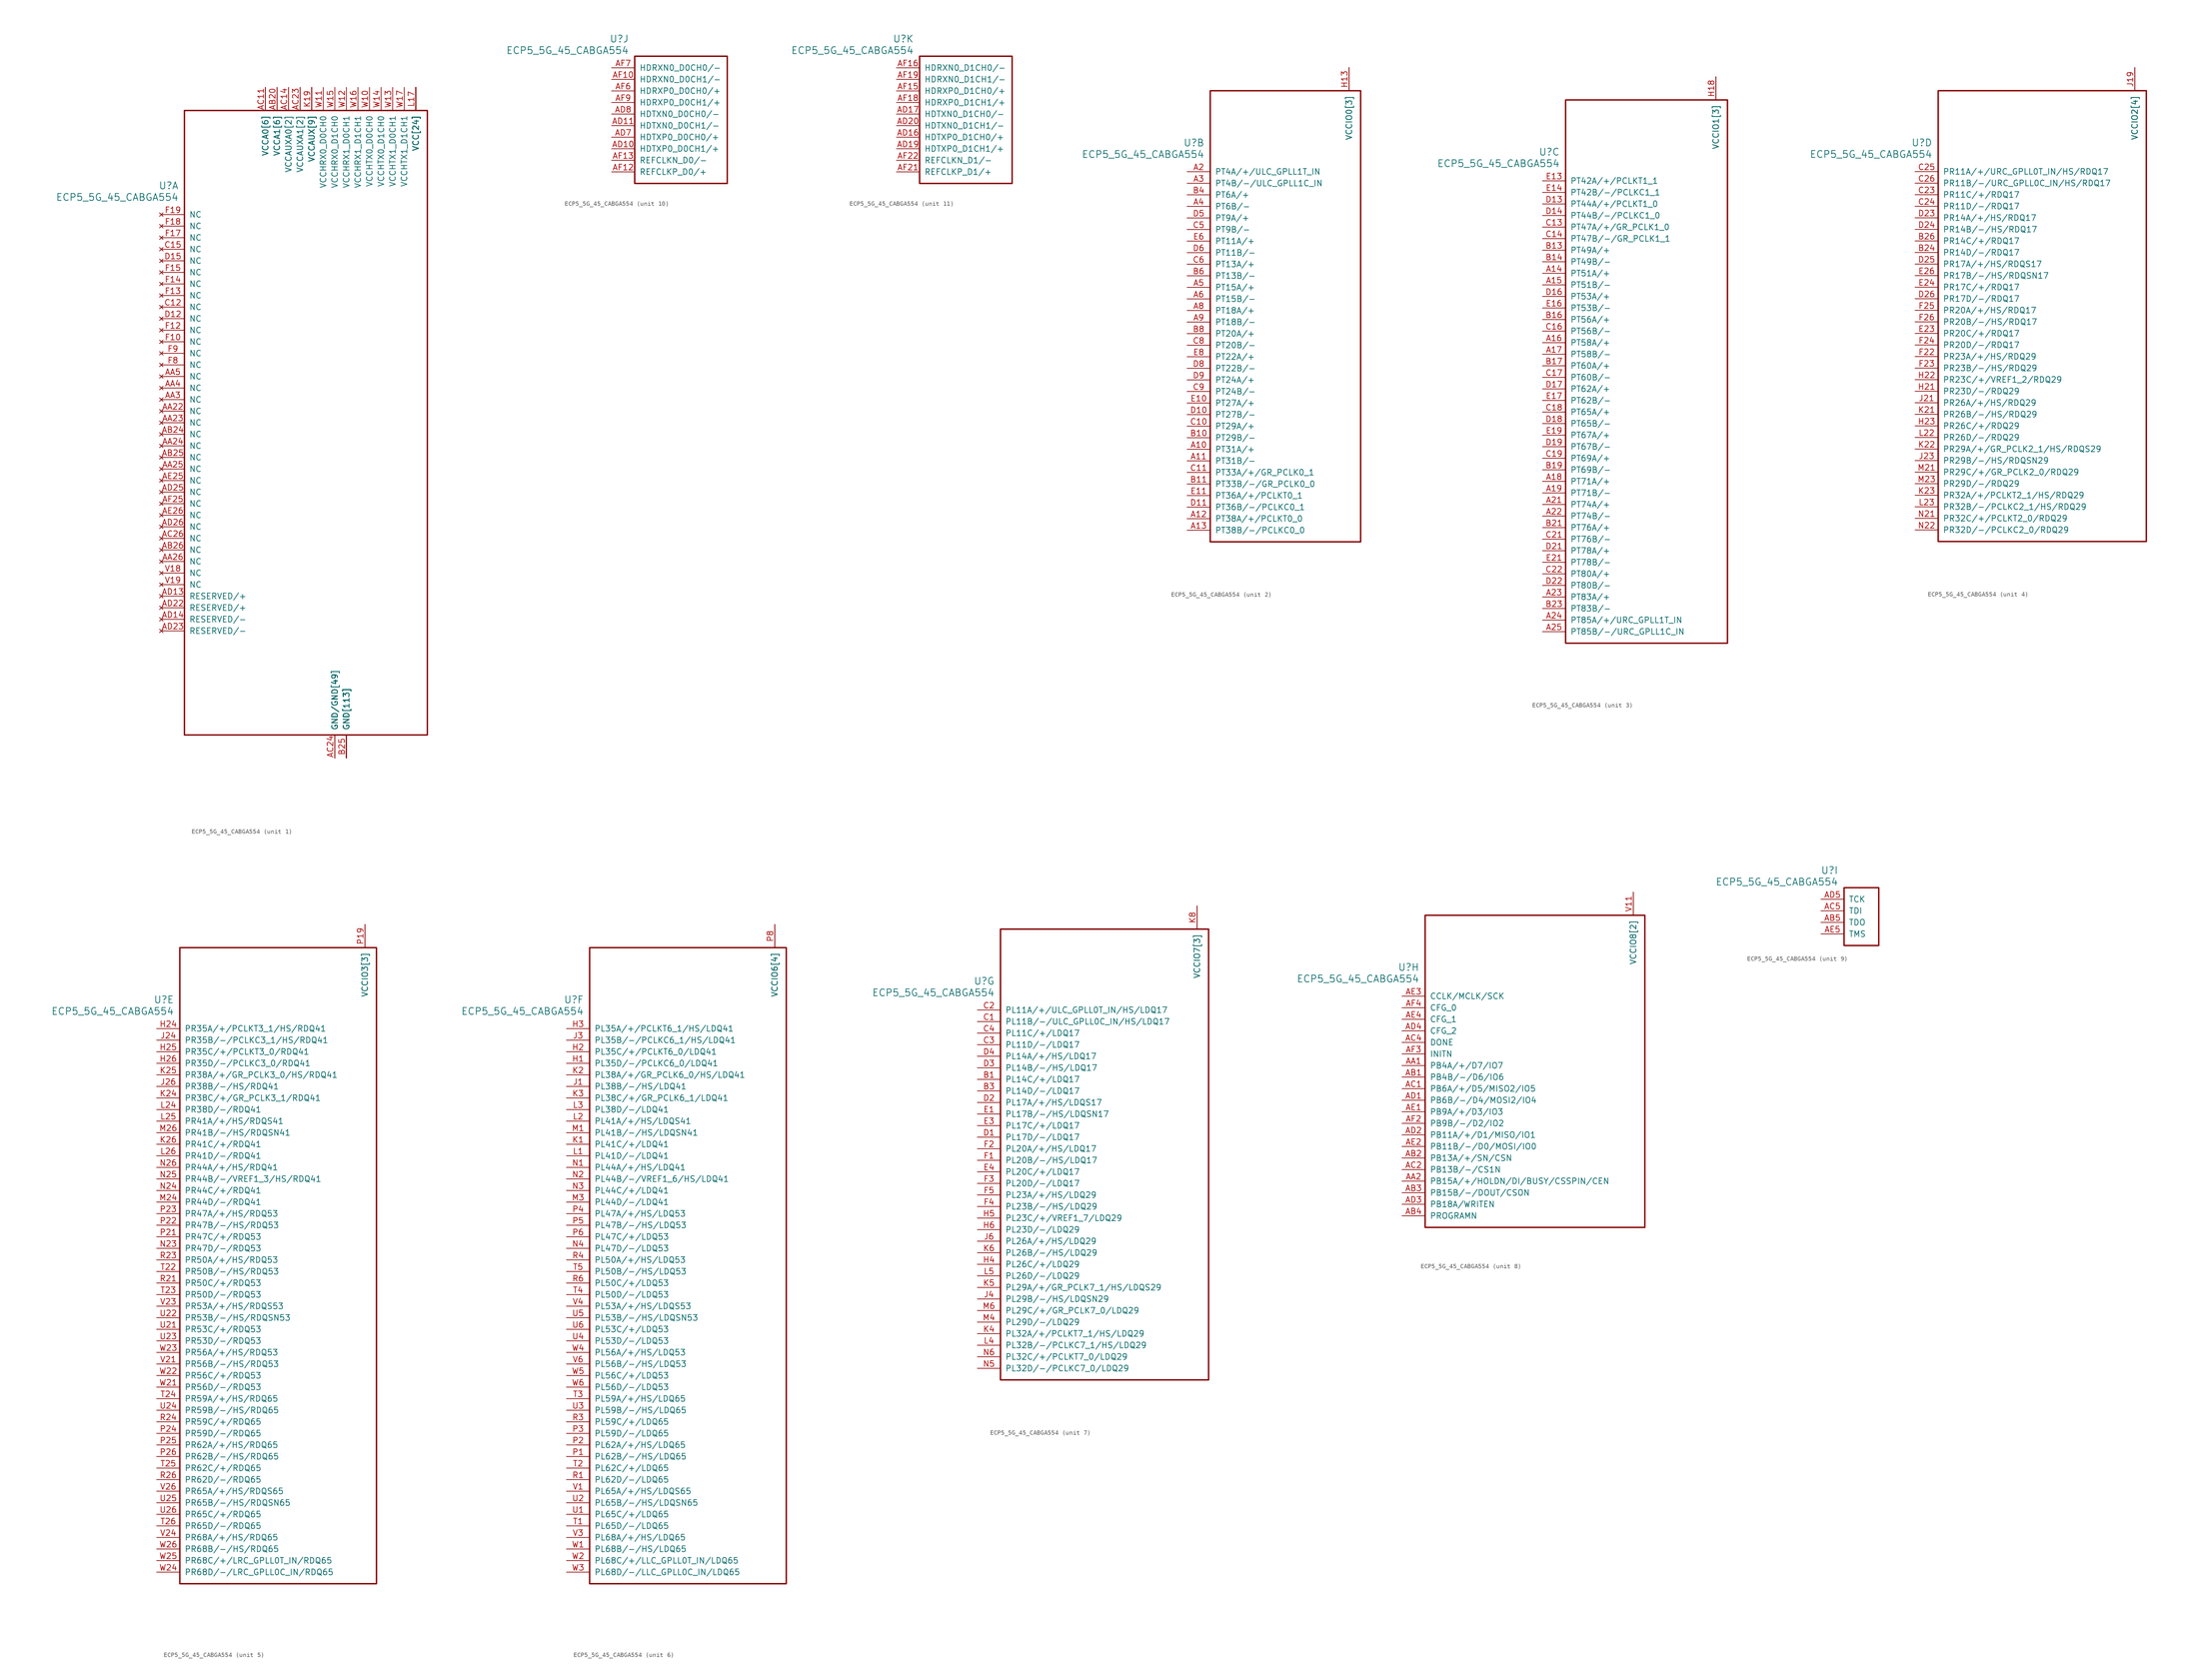
<source format=kicad_sym>
(kicad_symbol_lib
  (version 20211014)
  (generator kicad_symbol_editor)
  (symbol "ECP5_5G_45_CABGA554"
    (pin_names
      (offset 1.016))
    (property "Reference" "U"
      (at 3.81 6.35 0)
      (effects (font (size 1.524 1.524)) (justify right)))
    (property "Value" "ECP5_5G_45_CABGA554"
      (at 3.81 3.81 0)
      (effects (font (size 1.524 1.524)) (justify right)))
    (property "ki_locked" ""
      (at 0 0 0)
      (effects (font (size 1.27 1.27))))
    (symbol "ECP5_5G_45_CABGA554_1_1"
      (rectangle (start 5.08 22.86) (end 58.42 -114.3) (stroke (width 0.305) (type default) (color 0 0 0 0)) (fill (type none)))
      (pin power_in line (at 38.1 -119.38 90) (length 5.08) (name "GND/GND[49]" (effects (font (size 1.27 1.27)))) (number "AA10" (effects (font (size 0 0)))))
      (pin power_in line (at 38.1 -119.38 90) (length 5.08) (name "GND/GND[49]" (effects (font (size 1.27 1.27)))) (number "AA12" (effects (font (size 0 0)))))
      (pin power_in line (at 38.1 -119.38 90) (length 5.08) (name "GND/GND[49]" (effects (font (size 1.27 1.27)))) (number "AA13" (effects (font (size 0 0)))))
      (pin power_in line (at 38.1 -119.38 90) (length 5.08) (name "GND/GND[49]" (effects (font (size 1.27 1.27)))) (number "AA14" (effects (font (size 0 0)))))
      (pin power_in line (at 38.1 -119.38 90) (length 5.08) (name "GND/GND[49]" (effects (font (size 1.27 1.27)))) (number "AA15" (effects (font (size 0 0)))))
      (pin power_in line (at 38.1 -119.38 90) (length 5.08) (name "GND/GND[49]" (effects (font (size 1.27 1.27)))) (number "AA17" (effects (font (size 0 0)))))
      (pin power_in line (at 38.1 -119.38 90) (length 5.08) (name "GND/GND[49]" (effects (font (size 1.27 1.27)))) (number "AA18" (effects (font (size 0 0)))))
      (pin power_in line (at 38.1 -119.38 90) (length 5.08) (name "GND/GND[49]" (effects (font (size 1.27 1.27)))) (number "AA20" (effects (font (size 0 0)))))
      (pin no_connect line (at 0 -43.18 0) (length 5.08) (name "NC" (effects (font (size 1.27 1.27)))) (number "AA22" (effects (font (size 1.27 1.27)))))
      (pin no_connect line (at 0 -45.72 0) (length 5.08) (name "NC" (effects (font (size 1.27 1.27)))) (number "AA23" (effects (font (size 1.27 1.27)))))
      (pin no_connect line (at 0 -50.8 0) (length 5.08) (name "NC" (effects (font (size 1.27 1.27)))) (number "AA24" (effects (font (size 1.27 1.27)))))
      (pin no_connect line (at 0 -55.88 0) (length 5.08) (name "NC" (effects (font (size 1.27 1.27)))) (number "AA25" (effects (font (size 1.27 1.27)))))
      (pin no_connect line (at 0 -76.2 0) (length 5.08) (name "NC" (effects (font (size 1.27 1.27)))) (number "AA26" (effects (font (size 1.27 1.27)))))
      (pin no_connect line (at 0 -40.64 0) (length 5.08) (name "NC" (effects (font (size 1.27 1.27)))) (number "AA3" (effects (font (size 1.27 1.27)))))
      (pin no_connect line (at 0 -38.1 0) (length 5.08) (name "NC" (effects (font (size 1.27 1.27)))) (number "AA4" (effects (font (size 1.27 1.27)))))
      (pin no_connect line (at 0 -35.56 0) (length 5.08) (name "NC" (effects (font (size 1.27 1.27)))) (number "AA5" (effects (font (size 1.27 1.27)))))
      (pin power_in line (at 38.1 -119.38 90) (length 5.08) (name "GND/GND[49]" (effects (font (size 1.27 1.27)))) (number "AA7" (effects (font (size 0 0)))))
      (pin power_in line (at 38.1 -119.38 90) (length 5.08) (name "GND/GND[49]" (effects (font (size 1.27 1.27)))) (number "AA9" (effects (font (size 0 0)))))
      (pin power_in line (at 22.86 27.94 270) (length 5.08) (name "VCCA0[6]" (effects (font (size 1.27 1.27)))) (number "AB10" (effects (font (size 0 0)))))
      (pin power_in line (at 38.1 -119.38 90) (length 5.08) (name "GND/GND[49]" (effects (font (size 1.27 1.27)))) (number "AB12" (effects (font (size 0 0)))))
      (pin power_in line (at 38.1 -119.38 90) (length 5.08) (name "GND/GND[49]" (effects (font (size 1.27 1.27)))) (number "AB13" (effects (font (size 0 0)))))
      (pin power_in line (at 38.1 -119.38 90) (length 5.08) (name "GND/GND[49]" (effects (font (size 1.27 1.27)))) (number "AB14" (effects (font (size 0 0)))))
      (pin power_in line (at 38.1 -119.38 90) (length 5.08) (name "GND/GND[49]" (effects (font (size 1.27 1.27)))) (number "AB15" (effects (font (size 0 0)))))
      (pin power_in line (at 25.4 27.94 270) (length 5.08) (name "VCCA1[6]" (effects (font (size 1.27 1.27)))) (number "AB17" (effects (font (size 0 0)))))
      (pin power_in line (at 38.1 -119.38 90) (length 5.08) (name "GND/GND[49]" (effects (font (size 1.27 1.27)))) (number "AB18" (effects (font (size 0 0)))))
      (pin power_in line (at 25.4 27.94 270) (length 5.08) (name "VCCA1[6]" (effects (font (size 1.27 1.27)))) (number "AB20" (effects (font (size 1.27 1.27)))))
      (pin power_in line (at 38.1 -119.38 90) (length 5.08) (name "GND/GND[49]" (effects (font (size 1.27 1.27)))) (number "AB21" (effects (font (size 0 0)))))
      (pin power_in line (at 38.1 -119.38 90) (length 5.08) (name "GND/GND[49]" (effects (font (size 1.27 1.27)))) (number "AB22" (effects (font (size 0 0)))))
      (pin power_in line (at 38.1 -119.38 90) (length 5.08) (name "GND/GND[49]" (effects (font (size 1.27 1.27)))) (number "AB23" (effects (font (size 0 0)))))
      (pin no_connect line (at 0 -48.26 0) (length 5.08) (name "NC" (effects (font (size 1.27 1.27)))) (number "AB24" (effects (font (size 1.27 1.27)))))
      (pin no_connect line (at 0 -53.34 0) (length 5.08) (name "NC" (effects (font (size 1.27 1.27)))) (number "AB25" (effects (font (size 1.27 1.27)))))
      (pin no_connect line (at 0 -73.66 0) (length 5.08) (name "NC" (effects (font (size 1.27 1.27)))) (number "AB26" (effects (font (size 1.27 1.27)))))
      (pin power_in line (at 38.1 -119.38 90) (length 5.08) (name "GND/GND[49]" (effects (font (size 1.27 1.27)))) (number "AB6" (effects (font (size 0 0)))))
      (pin power_in line (at 22.86 27.94 270) (length 5.08) (name "VCCA0[6]" (effects (font (size 1.27 1.27)))) (number "AB7" (effects (font (size 0 0)))))
      (pin power_in line (at 38.1 -119.38 90) (length 5.08) (name "GND/GND[49]" (effects (font (size 1.27 1.27)))) (number "AB9" (effects (font (size 0 0)))))
      (pin power_in line (at 22.86 27.94 270) (length 5.08) (name "VCCA0[6]" (effects (font (size 1.27 1.27)))) (number "AC10" (effects (font (size 0 0)))))
      (pin power_in line (at 22.86 27.94 270) (length 5.08) (name "VCCA0[6]" (effects (font (size 1.27 1.27)))) (number "AC11" (effects (font (size 1.27 1.27)))))
      (pin power_in line (at 38.1 -119.38 90) (length 5.08) (name "GND/GND[49]" (effects (font (size 1.27 1.27)))) (number "AC12" (effects (font (size 0 0)))))
      (pin power_in line (at 27.94 27.94 270) (length 5.08) (name "VCCAUXA0[2]" (effects (font (size 1.27 1.27)))) (number "AC13" (effects (font (size 0 0)))))
      (pin power_in line (at 27.94 27.94 270) (length 5.08) (name "VCCAUXA0[2]" (effects (font (size 1.27 1.27)))) (number "AC14" (effects (font (size 1.27 1.27)))))
      (pin power_in line (at 38.1 -119.38 90) (length 5.08) (name "GND/GND[49]" (effects (font (size 1.27 1.27)))) (number "AC15" (effects (font (size 0 0)))))
      (pin power_in line (at 25.4 27.94 270) (length 5.08) (name "VCCA1[6]" (effects (font (size 1.27 1.27)))) (number "AC16" (effects (font (size 0 0)))))
      (pin power_in line (at 25.4 27.94 270) (length 5.08) (name "VCCA1[6]" (effects (font (size 1.27 1.27)))) (number "AC17" (effects (font (size 0 0)))))
      (pin power_in line (at 38.1 -119.38 90) (length 5.08) (name "GND/GND[49]" (effects (font (size 1.27 1.27)))) (number "AC18" (effects (font (size 0 0)))))
      (pin power_in line (at 25.4 27.94 270) (length 5.08) (name "VCCA1[6]" (effects (font (size 1.27 1.27)))) (number "AC19" (effects (font (size 0 0)))))
      (pin power_in line (at 25.4 27.94 270) (length 5.08) (name "VCCA1[6]" (effects (font (size 1.27 1.27)))) (number "AC20" (effects (font (size 0 0)))))
      (pin power_in line (at 38.1 -119.38 90) (length 5.08) (name "GND/GND[49]" (effects (font (size 1.27 1.27)))) (number "AC21" (effects (font (size 0 0)))))
      (pin power_in line (at 30.48 27.94 270) (length 5.08) (name "VCCAUXA1[2]" (effects (font (size 1.27 1.27)))) (number "AC22" (effects (font (size 0 0)))))
      (pin power_in line (at 30.48 27.94 270) (length 5.08) (name "VCCAUXA1[2]" (effects (font (size 1.27 1.27)))) (number "AC23" (effects (font (size 1.27 1.27)))))
      (pin power_in line (at 38.1 -119.38 90) (length 5.08) (name "GND/GND[49]" (effects (font (size 1.27 1.27)))) (number "AC24" (effects (font (size 1.27 1.27)))))
      (pin power_in line (at 40.64 -119.38 90) (length 5.08) (name "GND[113]" (effects (font (size 1.27 1.27)))) (number "AC25" (effects (font (size 0 0)))))
      (pin no_connect line (at 0 -71.12 0) (length 5.08) (name "NC" (effects (font (size 1.27 1.27)))) (number "AC26" (effects (font (size 1.27 1.27)))))
      (pin power_in line (at 40.64 -119.38 90) (length 5.08) (name "GND[113]" (effects (font (size 1.27 1.27)))) (number "AC3" (effects (font (size 0 0)))))
      (pin power_in line (at 38.1 -119.38 90) (length 5.08) (name "GND/GND[49]" (effects (font (size 1.27 1.27)))) (number "AC6" (effects (font (size 0 0)))))
      (pin power_in line (at 22.86 27.94 270) (length 5.08) (name "VCCA0[6]" (effects (font (size 1.27 1.27)))) (number "AC7" (effects (font (size 0 0)))))
      (pin power_in line (at 22.86 27.94 270) (length 5.08) (name "VCCA0[6]" (effects (font (size 1.27 1.27)))) (number "AC8" (effects (font (size 0 0)))))
      (pin power_in line (at 38.1 -119.38 90) (length 5.08) (name "GND/GND[49]" (effects (font (size 1.27 1.27)))) (number "AC9" (effects (font (size 0 0)))))
      (pin power_in line (at 38.1 -119.38 90) (length 5.08) (name "GND/GND[49]" (effects (font (size 1.27 1.27)))) (number "AD12" (effects (font (size 0 0)))))
      (pin no_connect line (at 0 -83.82 0) (length 5.08) (name "RESERVED/+" (effects (font (size 1.27 1.27)))) (number "AD13" (effects (font (size 1.27 1.27)))))
      (pin no_connect line (at 0 -88.9 0) (length 5.08) (name "RESERVED/-" (effects (font (size 1.27 1.27)))) (number "AD14" (effects (font (size 1.27 1.27)))))
      (pin power_in line (at 38.1 -119.38 90) (length 5.08) (name "GND/GND[49]" (effects (font (size 1.27 1.27)))) (number "AD15" (effects (font (size 0 0)))))
      (pin power_in line (at 38.1 -119.38 90) (length 5.08) (name "GND/GND[49]" (effects (font (size 1.27 1.27)))) (number "AD18" (effects (font (size 0 0)))))
      (pin power_in line (at 38.1 -119.38 90) (length 5.08) (name "GND/GND[49]" (effects (font (size 1.27 1.27)))) (number "AD21" (effects (font (size 0 0)))))
      (pin no_connect line (at 0 -86.36 0) (length 5.08) (name "RESERVED/+" (effects (font (size 1.27 1.27)))) (number "AD22" (effects (font (size 1.27 1.27)))))
      (pin no_connect line (at 0 -91.44 0) (length 5.08) (name "RESERVED/-" (effects (font (size 1.27 1.27)))) (number "AD23" (effects (font (size 1.27 1.27)))))
      (pin power_in line (at 38.1 -119.38 90) (length 5.08) (name "GND/GND[49]" (effects (font (size 1.27 1.27)))) (number "AD24" (effects (font (size 0 0)))))
      (pin no_connect line (at 0 -60.96 0) (length 5.08) (name "NC" (effects (font (size 1.27 1.27)))) (number "AD25" (effects (font (size 1.27 1.27)))))
      (pin no_connect line (at 0 -68.58 0) (length 5.08) (name "NC" (effects (font (size 1.27 1.27)))) (number "AD26" (effects (font (size 1.27 1.27)))))
      (pin power_in line (at 38.1 -119.38 90) (length 5.08) (name "GND/GND[49]" (effects (font (size 1.27 1.27)))) (number "AD6" (effects (font (size 0 0)))))
      (pin power_in line (at 38.1 -119.38 90) (length 5.08) (name "GND/GND[49]" (effects (font (size 1.27 1.27)))) (number "AD9" (effects (font (size 0 0)))))
      (pin power_in line (at 38.1 -119.38 90) (length 5.08) (name "GND/GND[49]" (effects (font (size 1.27 1.27)))) (number "AE10" (effects (font (size 0 0)))))
      (pin power_in line (at 38.1 -119.38 90) (length 5.08) (name "GND/GND[49]" (effects (font (size 1.27 1.27)))) (number "AE12" (effects (font (size 0 0)))))
      (pin power_in line (at 38.1 -119.38 90) (length 5.08) (name "GND/GND[49]" (effects (font (size 1.27 1.27)))) (number "AE13" (effects (font (size 0 0)))))
      (pin power_in line (at 38.1 -119.38 90) (length 5.08) (name "GND/GND[49]" (effects (font (size 1.27 1.27)))) (number "AE15" (effects (font (size 0 0)))))
      (pin power_in line (at 38.1 -119.38 90) (length 5.08) (name "GND/GND[49]" (effects (font (size 1.27 1.27)))) (number "AE16" (effects (font (size 0 0)))))
      (pin power_in line (at 38.1 -119.38 90) (length 5.08) (name "GND/GND[49]" (effects (font (size 1.27 1.27)))) (number "AE18" (effects (font (size 0 0)))))
      (pin power_in line (at 38.1 -119.38 90) (length 5.08) (name "GND/GND[49]" (effects (font (size 1.27 1.27)))) (number "AE19" (effects (font (size 0 0)))))
      (pin power_in line (at 38.1 -119.38 90) (length 5.08) (name "GND/GND[49]" (effects (font (size 1.27 1.27)))) (number "AE21" (effects (font (size 0 0)))))
      (pin power_in line (at 38.1 -119.38 90) (length 5.08) (name "GND/GND[49]" (effects (font (size 1.27 1.27)))) (number "AE22" (effects (font (size 0 0)))))
      (pin power_in line (at 38.1 -119.38 90) (length 5.08) (name "GND/GND[49]" (effects (font (size 1.27 1.27)))) (number "AE24" (effects (font (size 0 0)))))
      (pin no_connect line (at 0 -58.42 0) (length 5.08) (name "NC" (effects (font (size 1.27 1.27)))) (number "AE25" (effects (font (size 1.27 1.27)))))
      (pin no_connect line (at 0 -66.04 0) (length 5.08) (name "NC" (effects (font (size 1.27 1.27)))) (number "AE26" (effects (font (size 1.27 1.27)))))
      (pin power_in line (at 38.1 -119.38 90) (length 5.08) (name "GND/GND[49]" (effects (font (size 1.27 1.27)))) (number "AE6" (effects (font (size 0 0)))))
      (pin power_in line (at 38.1 -119.38 90) (length 5.08) (name "GND/GND[49]" (effects (font (size 1.27 1.27)))) (number "AE7" (effects (font (size 0 0)))))
      (pin power_in line (at 38.1 -119.38 90) (length 5.08) (name "GND/GND[49]" (effects (font (size 1.27 1.27)))) (number "AE9" (effects (font (size 0 0)))))
      (pin power_in line (at 38.1 -119.38 90) (length 5.08) (name "GND/GND[49]" (effects (font (size 1.27 1.27)))) (number "AF24" (effects (font (size 0 0)))))
      (pin no_connect line (at 0 -63.5 0) (length 5.08) (name "NC" (effects (font (size 1.27 1.27)))) (number "AF25" (effects (font (size 1.27 1.27)))))
      (pin power_in line (at 38.1 -119.38 90) (length 5.08) (name "GND/GND[49]" (effects (font (size 1.27 1.27)))) (number "AF5" (effects (font (size 0 0)))))
      (pin power_in line (at 40.64 -119.38 90) (length 5.08) (name "GND[113]" (effects (font (size 1.27 1.27)))) (number "B12" (effects (font (size 0 0)))))
      (pin power_in line (at 40.64 -119.38 90) (length 5.08) (name "GND[113]" (effects (font (size 1.27 1.27)))) (number "B15" (effects (font (size 0 0)))))
      (pin power_in line (at 40.64 -119.38 90) (length 5.08) (name "GND[113]" (effects (font (size 1.27 1.27)))) (number "B18" (effects (font (size 0 0)))))
      (pin power_in line (at 40.64 -119.38 90) (length 5.08) (name "GND[113]" (effects (font (size 1.27 1.27)))) (number "B2" (effects (font (size 0 0)))))
      (pin power_in line (at 40.64 -119.38 90) (length 5.08) (name "GND[113]" (effects (font (size 1.27 1.27)))) (number "B22" (effects (font (size 0 0)))))
      (pin power_in line (at 40.64 -119.38 90) (length 5.08) (name "GND[113]" (effects (font (size 1.27 1.27)))) (number "B25" (effects (font (size 1.27 1.27)))))
      (pin power_in line (at 40.64 -119.38 90) (length 5.08) (name "GND[113]" (effects (font (size 1.27 1.27)))) (number "B5" (effects (font (size 0 0)))))
      (pin power_in line (at 40.64 -119.38 90) (length 5.08) (name "GND[113]" (effects (font (size 1.27 1.27)))) (number "B9" (effects (font (size 0 0)))))
      (pin no_connect line (at 0 -20.32 0) (length 5.08) (name "NC" (effects (font (size 1.27 1.27)))) (number "C12" (effects (font (size 1.27 1.27)))))
      (pin no_connect line (at 0 -7.62 0) (length 5.08) (name "NC" (effects (font (size 1.27 1.27)))) (number "C15" (effects (font (size 1.27 1.27)))))
      (pin no_connect line (at 0 -22.86 0) (length 5.08) (name "NC" (effects (font (size 1.27 1.27)))) (number "D12" (effects (font (size 1.27 1.27)))))
      (pin no_connect line (at 0 -10.16 0) (length 5.08) (name "NC" (effects (font (size 1.27 1.27)))) (number "D15" (effects (font (size 1.27 1.27)))))
      (pin power_in line (at 40.64 -119.38 90) (length 5.08) (name "GND[113]" (effects (font (size 1.27 1.27)))) (number "E12" (effects (font (size 0 0)))))
      (pin power_in line (at 40.64 -119.38 90) (length 5.08) (name "GND[113]" (effects (font (size 1.27 1.27)))) (number "E15" (effects (font (size 0 0)))))
      (pin power_in line (at 40.64 -119.38 90) (length 5.08) (name "GND[113]" (effects (font (size 1.27 1.27)))) (number "E18" (effects (font (size 0 0)))))
      (pin power_in line (at 40.64 -119.38 90) (length 5.08) (name "GND[113]" (effects (font (size 1.27 1.27)))) (number "E2" (effects (font (size 0 0)))))
      (pin power_in line (at 40.64 -119.38 90) (length 5.08) (name "GND[113]" (effects (font (size 1.27 1.27)))) (number "E22" (effects (font (size 0 0)))))
      (pin power_in line (at 40.64 -119.38 90) (length 5.08) (name "GND[113]" (effects (font (size 1.27 1.27)))) (number "E25" (effects (font (size 0 0)))))
      (pin power_in line (at 40.64 -119.38 90) (length 5.08) (name "GND[113]" (effects (font (size 1.27 1.27)))) (number "E5" (effects (font (size 0 0)))))
      (pin power_in line (at 40.64 -119.38 90) (length 5.08) (name "GND[113]" (effects (font (size 1.27 1.27)))) (number "E9" (effects (font (size 0 0)))))
      (pin no_connect line (at 0 -27.94 0) (length 5.08) (name "NC" (effects (font (size 1.27 1.27)))) (number "F10" (effects (font (size 1.27 1.27)))))
      (pin no_connect line (at 0 -25.4 0) (length 5.08) (name "NC" (effects (font (size 1.27 1.27)))) (number "F12" (effects (font (size 1.27 1.27)))))
      (pin no_connect line (at 0 -17.78 0) (length 5.08) (name "NC" (effects (font (size 1.27 1.27)))) (number "F13" (effects (font (size 1.27 1.27)))))
      (pin no_connect line (at 0 -15.24 0) (length 5.08) (name "NC" (effects (font (size 1.27 1.27)))) (number "F14" (effects (font (size 1.27 1.27)))))
      (pin no_connect line (at 0 -12.7 0) (length 5.08) (name "NC" (effects (font (size 1.27 1.27)))) (number "F15" (effects (font (size 1.27 1.27)))))
      (pin no_connect line (at 0 -5.08 0) (length 5.08) (name "NC" (effects (font (size 1.27 1.27)))) (number "F17" (effects (font (size 1.27 1.27)))))
      (pin no_connect line (at 0 -2.54 0) (length 5.08) (name "NC" (effects (font (size 1.27 1.27)))) (number "F18" (effects (font (size 1.27 1.27)))))
      (pin no_connect line (at 0 0 0) (length 5.08) (name "NC" (effects (font (size 1.27 1.27)))) (number "F19" (effects (font (size 1.27 1.27)))))
      (pin no_connect line (at 0 -33.02 0) (length 5.08) (name "NC" (effects (font (size 1.27 1.27)))) (number "F8" (effects (font (size 1.27 1.27)))))
      (pin no_connect line (at 0 -30.48 0) (length 5.08) (name "NC" (effects (font (size 1.27 1.27)))) (number "F9" (effects (font (size 1.27 1.27)))))
      (pin power_in line (at 33.02 27.94 270) (length 5.08) (name "VCCAUX[9]" (effects (font (size 1.27 1.27)))) (number "H11" (effects (font (size 0 0)))))
      (pin power_in line (at 33.02 27.94 270) (length 5.08) (name "VCCAUX[9]" (effects (font (size 1.27 1.27)))) (number "H14" (effects (font (size 0 0)))))
      (pin power_in line (at 33.02 27.94 270) (length 5.08) (name "VCCAUX[9]" (effects (font (size 1.27 1.27)))) (number "H17" (effects (font (size 0 0)))))
      (pin power_in line (at 40.64 -119.38 90) (length 5.08) (name "GND[113]" (effects (font (size 1.27 1.27)))) (number "H19" (effects (font (size 0 0)))))
      (pin power_in line (at 40.64 -119.38 90) (length 5.08) (name "GND[113]" (effects (font (size 1.27 1.27)))) (number "H8" (effects (font (size 0 0)))))
      (pin power_in line (at 40.64 -119.38 90) (length 5.08) (name "GND[113]" (effects (font (size 1.27 1.27)))) (number "H9" (effects (font (size 0 0)))))
      (pin power_in line (at 40.64 -119.38 90) (length 5.08) (name "GND[113]" (effects (font (size 1.27 1.27)))) (number "J10" (effects (font (size 0 0)))))
      (pin power_in line (at 40.64 -119.38 90) (length 5.08) (name "GND[113]" (effects (font (size 1.27 1.27)))) (number "J11" (effects (font (size 0 0)))))
      (pin power_in line (at 40.64 -119.38 90) (length 5.08) (name "GND[113]" (effects (font (size 1.27 1.27)))) (number "J12" (effects (font (size 0 0)))))
      (pin power_in line (at 40.64 -119.38 90) (length 5.08) (name "GND[113]" (effects (font (size 1.27 1.27)))) (number "J13" (effects (font (size 0 0)))))
      (pin power_in line (at 40.64 -119.38 90) (length 5.08) (name "GND[113]" (effects (font (size 1.27 1.27)))) (number "J14" (effects (font (size 0 0)))))
      (pin power_in line (at 40.64 -119.38 90) (length 5.08) (name "GND[113]" (effects (font (size 1.27 1.27)))) (number "J15" (effects (font (size 0 0)))))
      (pin power_in line (at 40.64 -119.38 90) (length 5.08) (name "GND[113]" (effects (font (size 1.27 1.27)))) (number "J16" (effects (font (size 0 0)))))
      (pin power_in line (at 40.64 -119.38 90) (length 5.08) (name "GND[113]" (effects (font (size 1.27 1.27)))) (number "J17" (effects (font (size 0 0)))))
      (pin power_in line (at 40.64 -119.38 90) (length 5.08) (name "GND[113]" (effects (font (size 1.27 1.27)))) (number "J18" (effects (font (size 0 0)))))
      (pin power_in line (at 40.64 -119.38 90) (length 5.08) (name "GND[113]" (effects (font (size 1.27 1.27)))) (number "J2" (effects (font (size 0 0)))))
      (pin power_in line (at 40.64 -119.38 90) (length 5.08) (name "GND[113]" (effects (font (size 1.27 1.27)))) (number "J22" (effects (font (size 0 0)))))
      (pin power_in line (at 40.64 -119.38 90) (length 5.08) (name "GND[113]" (effects (font (size 1.27 1.27)))) (number "J25" (effects (font (size 0 0)))))
      (pin power_in line (at 40.64 -119.38 90) (length 5.08) (name "GND[113]" (effects (font (size 1.27 1.27)))) (number "J5" (effects (font (size 0 0)))))
      (pin power_in line (at 40.64 -119.38 90) (length 5.08) (name "GND[113]" (effects (font (size 1.27 1.27)))) (number "J8" (effects (font (size 0 0)))))
      (pin power_in line (at 40.64 -119.38 90) (length 5.08) (name "GND[113]" (effects (font (size 1.27 1.27)))) (number "J9" (effects (font (size 0 0)))))
      (pin power_in line (at 40.64 -119.38 90) (length 5.08) (name "GND[113]" (effects (font (size 1.27 1.27)))) (number "K10" (effects (font (size 0 0)))))
      (pin power_in line (at 55.88 27.94 270) (length 5.08) (name "VCC[24]" (effects (font (size 1.27 1.27)))) (number "K11" (effects (font (size 0 0)))))
      (pin power_in line (at 55.88 27.94 270) (length 5.08) (name "VCC[24]" (effects (font (size 1.27 1.27)))) (number "K12" (effects (font (size 0 0)))))
      (pin power_in line (at 55.88 27.94 270) (length 5.08) (name "VCC[24]" (effects (font (size 1.27 1.27)))) (number "K13" (effects (font (size 0 0)))))
      (pin power_in line (at 55.88 27.94 270) (length 5.08) (name "VCC[24]" (effects (font (size 1.27 1.27)))) (number "K14" (effects (font (size 0 0)))))
      (pin power_in line (at 55.88 27.94 270) (length 5.08) (name "VCC[24]" (effects (font (size 1.27 1.27)))) (number "K15" (effects (font (size 0 0)))))
      (pin power_in line (at 55.88 27.94 270) (length 5.08) (name "VCC[24]" (effects (font (size 1.27 1.27)))) (number "K16" (effects (font (size 0 0)))))
      (pin power_in line (at 40.64 -119.38 90) (length 5.08) (name "GND[113]" (effects (font (size 1.27 1.27)))) (number "K17" (effects (font (size 0 0)))))
      (pin power_in line (at 40.64 -119.38 90) (length 5.08) (name "GND[113]" (effects (font (size 1.27 1.27)))) (number "K18" (effects (font (size 0 0)))))
      (pin power_in line (at 33.02 27.94 270) (length 5.08) (name "VCCAUX[9]" (effects (font (size 1.27 1.27)))) (number "K19" (effects (font (size 1.27 1.27)))))
      (pin power_in line (at 40.64 -119.38 90) (length 5.08) (name "GND[113]" (effects (font (size 1.27 1.27)))) (number "K9" (effects (font (size 0 0)))))
      (pin power_in line (at 55.88 27.94 270) (length 5.08) (name "VCC[24]" (effects (font (size 1.27 1.27)))) (number "L10" (effects (font (size 0 0)))))
      (pin power_in line (at 40.64 -119.38 90) (length 5.08) (name "GND[113]" (effects (font (size 1.27 1.27)))) (number "L11" (effects (font (size 0 0)))))
      (pin power_in line (at 40.64 -119.38 90) (length 5.08) (name "GND[113]" (effects (font (size 1.27 1.27)))) (number "L12" (effects (font (size 0 0)))))
      (pin power_in line (at 40.64 -119.38 90) (length 5.08) (name "GND[113]" (effects (font (size 1.27 1.27)))) (number "L13" (effects (font (size 0 0)))))
      (pin power_in line (at 40.64 -119.38 90) (length 5.08) (name "GND[113]" (effects (font (size 1.27 1.27)))) (number "L14" (effects (font (size 0 0)))))
      (pin power_in line (at 40.64 -119.38 90) (length 5.08) (name "GND[113]" (effects (font (size 1.27 1.27)))) (number "L15" (effects (font (size 0 0)))))
      (pin power_in line (at 40.64 -119.38 90) (length 5.08) (name "GND[113]" (effects (font (size 1.27 1.27)))) (number "L16" (effects (font (size 0 0)))))
      (pin power_in line (at 55.88 27.94 270) (length 5.08) (name "VCC[24]" (effects (font (size 1.27 1.27)))) (number "L17" (effects (font (size 1.27 1.27)))))
      (pin power_in line (at 40.64 -119.38 90) (length 5.08) (name "GND[113]" (effects (font (size 1.27 1.27)))) (number "L18" (effects (font (size 0 0)))))
      (pin power_in line (at 33.02 27.94 270) (length 5.08) (name "VCCAUX[9]" (effects (font (size 1.27 1.27)))) (number "L8" (effects (font (size 0 0)))))
      (pin power_in line (at 40.64 -119.38 90) (length 5.08) (name "GND[113]" (effects (font (size 1.27 1.27)))) (number "L9" (effects (font (size 0 0)))))
      (pin power_in line (at 55.88 27.94 270) (length 5.08) (name "VCC[24]" (effects (font (size 1.27 1.27)))) (number "M10" (effects (font (size 0 0)))))
      (pin power_in line (at 40.64 -119.38 90) (length 5.08) (name "GND[113]" (effects (font (size 1.27 1.27)))) (number "M11" (effects (font (size 0 0)))))
      (pin power_in line (at 40.64 -119.38 90) (length 5.08) (name "GND[113]" (effects (font (size 1.27 1.27)))) (number "M12" (effects (font (size 0 0)))))
      (pin power_in line (at 40.64 -119.38 90) (length 5.08) (name "GND[113]" (effects (font (size 1.27 1.27)))) (number "M13" (effects (font (size 0 0)))))
      (pin power_in line (at 40.64 -119.38 90) (length 5.08) (name "GND[113]" (effects (font (size 1.27 1.27)))) (number "M14" (effects (font (size 0 0)))))
      (pin power_in line (at 40.64 -119.38 90) (length 5.08) (name "GND[113]" (effects (font (size 1.27 1.27)))) (number "M15" (effects (font (size 0 0)))))
      (pin power_in line (at 40.64 -119.38 90) (length 5.08) (name "GND[113]" (effects (font (size 1.27 1.27)))) (number "M16" (effects (font (size 0 0)))))
      (pin power_in line (at 55.88 27.94 270) (length 5.08) (name "VCC[24]" (effects (font (size 1.27 1.27)))) (number "M17" (effects (font (size 0 0)))))
      (pin power_in line (at 40.64 -119.38 90) (length 5.08) (name "GND[113]" (effects (font (size 1.27 1.27)))) (number "M18" (effects (font (size 0 0)))))
      (pin power_in line (at 40.64 -119.38 90) (length 5.08) (name "GND[113]" (effects (font (size 1.27 1.27)))) (number "M2" (effects (font (size 0 0)))))
      (pin power_in line (at 40.64 -119.38 90) (length 5.08) (name "GND[113]" (effects (font (size 1.27 1.27)))) (number "M22" (effects (font (size 0 0)))))
      (pin power_in line (at 40.64 -119.38 90) (length 5.08) (name "GND[113]" (effects (font (size 1.27 1.27)))) (number "M25" (effects (font (size 0 0)))))
      (pin power_in line (at 40.64 -119.38 90) (length 5.08) (name "GND[113]" (effects (font (size 1.27 1.27)))) (number "M5" (effects (font (size 0 0)))))
      (pin power_in line (at 40.64 -119.38 90) (length 5.08) (name "GND[113]" (effects (font (size 1.27 1.27)))) (number "M9" (effects (font (size 0 0)))))
      (pin power_in line (at 55.88 27.94 270) (length 5.08) (name "VCC[24]" (effects (font (size 1.27 1.27)))) (number "N10" (effects (font (size 0 0)))))
      (pin power_in line (at 40.64 -119.38 90) (length 5.08) (name "GND[113]" (effects (font (size 1.27 1.27)))) (number "N11" (effects (font (size 0 0)))))
      (pin power_in line (at 40.64 -119.38 90) (length 5.08) (name "GND[113]" (effects (font (size 1.27 1.27)))) (number "N12" (effects (font (size 0 0)))))
      (pin power_in line (at 40.64 -119.38 90) (length 5.08) (name "GND[113]" (effects (font (size 1.27 1.27)))) (number "N13" (effects (font (size 0 0)))))
      (pin power_in line (at 40.64 -119.38 90) (length 5.08) (name "GND[113]" (effects (font (size 1.27 1.27)))) (number "N14" (effects (font (size 0 0)))))
      (pin power_in line (at 40.64 -119.38 90) (length 5.08) (name "GND[113]" (effects (font (size 1.27 1.27)))) (number "N15" (effects (font (size 0 0)))))
      (pin power_in line (at 40.64 -119.38 90) (length 5.08) (name "GND[113]" (effects (font (size 1.27 1.27)))) (number "N16" (effects (font (size 0 0)))))
      (pin power_in line (at 55.88 27.94 270) (length 5.08) (name "VCC[24]" (effects (font (size 1.27 1.27)))) (number "N17" (effects (font (size 0 0)))))
      (pin power_in line (at 40.64 -119.38 90) (length 5.08) (name "GND[113]" (effects (font (size 1.27 1.27)))) (number "N18" (effects (font (size 0 0)))))
      (pin power_in line (at 40.64 -119.38 90) (length 5.08) (name "GND[113]" (effects (font (size 1.27 1.27)))) (number "N9" (effects (font (size 0 0)))))
      (pin power_in line (at 55.88 27.94 270) (length 5.08) (name "VCC[24]" (effects (font (size 1.27 1.27)))) (number "P10" (effects (font (size 0 0)))))
      (pin power_in line (at 40.64 -119.38 90) (length 5.08) (name "GND[113]" (effects (font (size 1.27 1.27)))) (number "P11" (effects (font (size 0 0)))))
      (pin power_in line (at 40.64 -119.38 90) (length 5.08) (name "GND[113]" (effects (font (size 1.27 1.27)))) (number "P12" (effects (font (size 0 0)))))
      (pin power_in line (at 40.64 -119.38 90) (length 5.08) (name "GND[113]" (effects (font (size 1.27 1.27)))) (number "P13" (effects (font (size 0 0)))))
      (pin power_in line (at 40.64 -119.38 90) (length 5.08) (name "GND[113]" (effects (font (size 1.27 1.27)))) (number "P14" (effects (font (size 0 0)))))
      (pin power_in line (at 40.64 -119.38 90) (length 5.08) (name "GND[113]" (effects (font (size 1.27 1.27)))) (number "P15" (effects (font (size 0 0)))))
      (pin power_in line (at 40.64 -119.38 90) (length 5.08) (name "GND[113]" (effects (font (size 1.27 1.27)))) (number "P16" (effects (font (size 0 0)))))
      (pin power_in line (at 55.88 27.94 270) (length 5.08) (name "VCC[24]" (effects (font (size 1.27 1.27)))) (number "P17" (effects (font (size 0 0)))))
      (pin power_in line (at 40.64 -119.38 90) (length 5.08) (name "GND[113]" (effects (font (size 1.27 1.27)))) (number "P18" (effects (font (size 0 0)))))
      (pin power_in line (at 40.64 -119.38 90) (length 5.08) (name "GND[113]" (effects (font (size 1.27 1.27)))) (number "P9" (effects (font (size 0 0)))))
      (pin power_in line (at 55.88 27.94 270) (length 5.08) (name "VCC[24]" (effects (font (size 1.27 1.27)))) (number "R10" (effects (font (size 0 0)))))
      (pin power_in line (at 40.64 -119.38 90) (length 5.08) (name "GND[113]" (effects (font (size 1.27 1.27)))) (number "R11" (effects (font (size 0 0)))))
      (pin power_in line (at 40.64 -119.38 90) (length 5.08) (name "GND[113]" (effects (font (size 1.27 1.27)))) (number "R12" (effects (font (size 0 0)))))
      (pin power_in line (at 40.64 -119.38 90) (length 5.08) (name "GND[113]" (effects (font (size 1.27 1.27)))) (number "R13" (effects (font (size 0 0)))))
      (pin power_in line (at 40.64 -119.38 90) (length 5.08) (name "GND[113]" (effects (font (size 1.27 1.27)))) (number "R14" (effects (font (size 0 0)))))
      (pin power_in line (at 40.64 -119.38 90) (length 5.08) (name "GND[113]" (effects (font (size 1.27 1.27)))) (number "R15" (effects (font (size 0 0)))))
      (pin power_in line (at 40.64 -119.38 90) (length 5.08) (name "GND[113]" (effects (font (size 1.27 1.27)))) (number "R16" (effects (font (size 0 0)))))
      (pin power_in line (at 55.88 27.94 270) (length 5.08) (name "VCC[24]" (effects (font (size 1.27 1.27)))) (number "R17" (effects (font (size 0 0)))))
      (pin power_in line (at 40.64 -119.38 90) (length 5.08) (name "GND[113]" (effects (font (size 1.27 1.27)))) (number "R18" (effects (font (size 0 0)))))
      (pin power_in line (at 40.64 -119.38 90) (length 5.08) (name "GND[113]" (effects (font (size 1.27 1.27)))) (number "R2" (effects (font (size 0 0)))))
      (pin power_in line (at 40.64 -119.38 90) (length 5.08) (name "GND[113]" (effects (font (size 1.27 1.27)))) (number "R22" (effects (font (size 0 0)))))
      (pin power_in line (at 40.64 -119.38 90) (length 5.08) (name "GND[113]" (effects (font (size 1.27 1.27)))) (number "R25" (effects (font (size 0 0)))))
      (pin power_in line (at 40.64 -119.38 90) (length 5.08) (name "GND[113]" (effects (font (size 1.27 1.27)))) (number "R5" (effects (font (size 0 0)))))
      (pin power_in line (at 40.64 -119.38 90) (length 5.08) (name "GND[113]" (effects (font (size 1.27 1.27)))) (number "R9" (effects (font (size 0 0)))))
      (pin power_in line (at 55.88 27.94 270) (length 5.08) (name "VCC[24]" (effects (font (size 1.27 1.27)))) (number "T10" (effects (font (size 0 0)))))
      (pin power_in line (at 55.88 27.94 270) (length 5.08) (name "VCC[24]" (effects (font (size 1.27 1.27)))) (number "T11" (effects (font (size 0 0)))))
      (pin power_in line (at 55.88 27.94 270) (length 5.08) (name "VCC[24]" (effects (font (size 1.27 1.27)))) (number "T12" (effects (font (size 0 0)))))
      (pin power_in line (at 55.88 27.94 270) (length 5.08) (name "VCC[24]" (effects (font (size 1.27 1.27)))) (number "T13" (effects (font (size 0 0)))))
      (pin power_in line (at 55.88 27.94 270) (length 5.08) (name "VCC[24]" (effects (font (size 1.27 1.27)))) (number "T14" (effects (font (size 0 0)))))
      (pin power_in line (at 55.88 27.94 270) (length 5.08) (name "VCC[24]" (effects (font (size 1.27 1.27)))) (number "T15" (effects (font (size 0 0)))))
      (pin power_in line (at 55.88 27.94 270) (length 5.08) (name "VCC[24]" (effects (font (size 1.27 1.27)))) (number "T16" (effects (font (size 0 0)))))
      (pin power_in line (at 55.88 27.94 270) (length 5.08) (name "VCC[24]" (effects (font (size 1.27 1.27)))) (number "T17" (effects (font (size 0 0)))))
      (pin power_in line (at 40.64 -119.38 90) (length 5.08) (name "GND[113]" (effects (font (size 1.27 1.27)))) (number "T18" (effects (font (size 0 0)))))
      (pin power_in line (at 33.02 27.94 270) (length 5.08) (name "VCCAUX[9]" (effects (font (size 1.27 1.27)))) (number "T19" (effects (font (size 0 0)))))
      (pin power_in line (at 33.02 27.94 270) (length 5.08) (name "VCCAUX[9]" (effects (font (size 1.27 1.27)))) (number "T8" (effects (font (size 0 0)))))
      (pin power_in line (at 40.64 -119.38 90) (length 5.08) (name "GND[113]" (effects (font (size 1.27 1.27)))) (number "T9" (effects (font (size 0 0)))))
      (pin power_in line (at 40.64 -119.38 90) (length 5.08) (name "GND[113]" (effects (font (size 1.27 1.27)))) (number "U10" (effects (font (size 0 0)))))
      (pin power_in line (at 40.64 -119.38 90) (length 5.08) (name "GND[113]" (effects (font (size 1.27 1.27)))) (number "U11" (effects (font (size 0 0)))))
      (pin power_in line (at 40.64 -119.38 90) (length 5.08) (name "GND[113]" (effects (font (size 1.27 1.27)))) (number "U12" (effects (font (size 0 0)))))
      (pin power_in line (at 40.64 -119.38 90) (length 5.08) (name "GND[113]" (effects (font (size 1.27 1.27)))) (number "U13" (effects (font (size 0 0)))))
      (pin power_in line (at 40.64 -119.38 90) (length 5.08) (name "GND[113]" (effects (font (size 1.27 1.27)))) (number "U14" (effects (font (size 0 0)))))
      (pin power_in line (at 40.64 -119.38 90) (length 5.08) (name "GND[113]" (effects (font (size 1.27 1.27)))) (number "U15" (effects (font (size 0 0)))))
      (pin power_in line (at 40.64 -119.38 90) (length 5.08) (name "GND[113]" (effects (font (size 1.27 1.27)))) (number "U16" (effects (font (size 0 0)))))
      (pin power_in line (at 40.64 -119.38 90) (length 5.08) (name "GND[113]" (effects (font (size 1.27 1.27)))) (number "U17" (effects (font (size 0 0)))))
      (pin power_in line (at 40.64 -119.38 90) (length 5.08) (name "GND[113]" (effects (font (size 1.27 1.27)))) (number "U18" (effects (font (size 0 0)))))
      (pin power_in line (at 40.64 -119.38 90) (length 5.08) (name "GND[113]" (effects (font (size 1.27 1.27)))) (number "U9" (effects (font (size 0 0)))))
      (pin power_in line (at 40.64 -119.38 90) (length 5.08) (name "GND[113]" (effects (font (size 1.27 1.27)))) (number "V12" (effects (font (size 0 0)))))
      (pin power_in line (at 40.64 -119.38 90) (length 5.08) (name "GND[113]" (effects (font (size 1.27 1.27)))) (number "V13" (effects (font (size 0 0)))))
      (pin power_in line (at 40.64 -119.38 90) (length 5.08) (name "GND[113]" (effects (font (size 1.27 1.27)))) (number "V14" (effects (font (size 0 0)))))
      (pin power_in line (at 40.64 -119.38 90) (length 5.08) (name "GND[113]" (effects (font (size 1.27 1.27)))) (number "V15" (effects (font (size 0 0)))))
      (pin power_in line (at 40.64 -119.38 90) (length 5.08) (name "GND[113]" (effects (font (size 1.27 1.27)))) (number "V16" (effects (font (size 0 0)))))
      (pin power_in line (at 40.64 -119.38 90) (length 5.08) (name "GND[113]" (effects (font (size 1.27 1.27)))) (number "V17" (effects (font (size 0 0)))))
      (pin no_connect line (at 0 -78.74 0) (length 5.08) (name "NC" (effects (font (size 1.27 1.27)))) (number "V18" (effects (font (size 1.27 1.27)))))
      (pin no_connect line (at 0 -81.28 0) (length 5.08) (name "NC" (effects (font (size 1.27 1.27)))) (number "V19" (effects (font (size 1.27 1.27)))))
      (pin power_in line (at 40.64 -119.38 90) (length 5.08) (name "GND[113]" (effects (font (size 1.27 1.27)))) (number "V2" (effects (font (size 0 0)))))
      (pin power_in line (at 40.64 -119.38 90) (length 5.08) (name "GND[113]" (effects (font (size 1.27 1.27)))) (number "V22" (effects (font (size 0 0)))))
      (pin power_in line (at 40.64 -119.38 90) (length 5.08) (name "GND[113]" (effects (font (size 1.27 1.27)))) (number "V25" (effects (font (size 0 0)))))
      (pin power_in line (at 40.64 -119.38 90) (length 5.08) (name "GND[113]" (effects (font (size 1.27 1.27)))) (number "V5" (effects (font (size 0 0)))))
      (pin power_in line (at 40.64 -119.38 90) (length 5.08) (name "GND[113]" (effects (font (size 1.27 1.27)))) (number "V9" (effects (font (size 0 0)))))
      (pin power_in line (at 45.72 27.94 270) (length 5.08) (name "VCCHTX0_D0CH0" (effects (font (size 1.27 1.27)))) (number "W10" (effects (font (size 1.27 1.27)))))
      (pin power_in line (at 35.56 27.94 270) (length 5.08) (name "VCCHRX0_D0CH0" (effects (font (size 1.27 1.27)))) (number "W11" (effects (font (size 1.27 1.27)))))
      (pin power_in line (at 40.64 27.94 270) (length 5.08) (name "VCCHRX1_D0CH1" (effects (font (size 1.27 1.27)))) (number "W12" (effects (font (size 1.27 1.27)))))
      (pin power_in line (at 50.8 27.94 270) (length 5.08) (name "VCCHTX1_D0CH1" (effects (font (size 1.27 1.27)))) (number "W13" (effects (font (size 1.27 1.27)))))
      (pin power_in line (at 48.26 27.94 270) (length 5.08) (name "VCCHTX0_D1CH0" (effects (font (size 1.27 1.27)))) (number "W14" (effects (font (size 1.27 1.27)))))
      (pin power_in line (at 38.1 27.94 270) (length 5.08) (name "VCCHRX0_D1CH0" (effects (font (size 1.27 1.27)))) (number "W15" (effects (font (size 1.27 1.27)))))
      (pin power_in line (at 43.18 27.94 270) (length 5.08) (name "VCCHRX1_D1CH1" (effects (font (size 1.27 1.27)))) (number "W16" (effects (font (size 1.27 1.27)))))
      (pin power_in line (at 53.34 27.94 270) (length 5.08) (name "VCCHTX1_D1CH1" (effects (font (size 1.27 1.27)))) (number "W17" (effects (font (size 1.27 1.27)))))
      (pin power_in line (at 40.64 -119.38 90) (length 5.08) (name "GND[113]" (effects (font (size 1.27 1.27)))) (number "W18" (effects (font (size 0 0)))))
      (pin power_in line (at 33.02 27.94 270) (length 5.08) (name "VCCAUX[9]" (effects (font (size 1.27 1.27)))) (number "W19" (effects (font (size 0 0)))))
      (pin power_in line (at 33.02 27.94 270) (length 5.08) (name "VCCAUX[9]" (effects (font (size 1.27 1.27)))) (number "W8" (effects (font (size 0 0)))))
      (pin power_in line (at 40.64 -119.38 90) (length 5.08) (name "GND[113]" (effects (font (size 1.27 1.27)))) (number "W9" (effects (font (size 0 0))))))
    (symbol "ECP5_5G_45_CABGA554_2_1"
      (rectangle (start 5.08 17.78) (end 38.1 -81.28) (stroke (width 0.305) (type default) (color 0 0 0 0)) (fill (type none)))
      (pin bidirectional line (at 0 -60.96 0) (length 5.08) (name "PT31A/+" (effects (font (size 1.27 1.27)))) (number "A10" (effects (font (size 1.27 1.27)))))
      (pin bidirectional line (at 0 -63.5 0) (length 5.08) (name "PT31B/-" (effects (font (size 1.27 1.27)))) (number "A11" (effects (font (size 1.27 1.27)))))
      (pin bidirectional line (at 0 -76.2 0) (length 5.08) (name "PT38A/+/PCLKT0_0" (effects (font (size 1.27 1.27)))) (number "A12" (effects (font (size 1.27 1.27)))))
      (pin bidirectional line (at 0 -78.74 0) (length 5.08) (name "PT38B/-/PCLKC0_0" (effects (font (size 1.27 1.27)))) (number "A13" (effects (font (size 1.27 1.27)))))
      (pin bidirectional line (at 0 0 0) (length 5.08) (name "PT4A/+/ULC_GPLL1T_IN" (effects (font (size 1.27 1.27)))) (number "A2" (effects (font (size 1.27 1.27)))))
      (pin bidirectional line (at 0 -2.54 0) (length 5.08) (name "PT4B/-/ULC_GPLL1C_IN" (effects (font (size 1.27 1.27)))) (number "A3" (effects (font (size 1.27 1.27)))))
      (pin bidirectional line (at 0 -7.62 0) (length 5.08) (name "PT6B/-" (effects (font (size 1.27 1.27)))) (number "A4" (effects (font (size 1.27 1.27)))))
      (pin bidirectional line (at 0 -25.4 0) (length 5.08) (name "PT15A/+" (effects (font (size 1.27 1.27)))) (number "A5" (effects (font (size 1.27 1.27)))))
      (pin bidirectional line (at 0 -27.94 0) (length 5.08) (name "PT15B/-" (effects (font (size 1.27 1.27)))) (number "A6" (effects (font (size 1.27 1.27)))))
      (pin bidirectional line (at 0 -30.48 0) (length 5.08) (name "PT18A/+" (effects (font (size 1.27 1.27)))) (number "A8" (effects (font (size 1.27 1.27)))))
      (pin bidirectional line (at 0 -33.02 0) (length 5.08) (name "PT18B/-" (effects (font (size 1.27 1.27)))) (number "A9" (effects (font (size 1.27 1.27)))))
      (pin bidirectional line (at 0 -58.42 0) (length 5.08) (name "PT29B/-" (effects (font (size 1.27 1.27)))) (number "B10" (effects (font (size 1.27 1.27)))))
      (pin bidirectional line (at 0 -68.58 0) (length 5.08) (name "PT33B/-/GR_PCLK0_0" (effects (font (size 1.27 1.27)))) (number "B11" (effects (font (size 1.27 1.27)))))
      (pin bidirectional line (at 0 -5.08 0) (length 5.08) (name "PT6A/+" (effects (font (size 1.27 1.27)))) (number "B4" (effects (font (size 1.27 1.27)))))
      (pin bidirectional line (at 0 -22.86 0) (length 5.08) (name "PT13B/-" (effects (font (size 1.27 1.27)))) (number "B6" (effects (font (size 1.27 1.27)))))
      (pin bidirectional line (at 0 -35.56 0) (length 5.08) (name "PT20A/+" (effects (font (size 1.27 1.27)))) (number "B8" (effects (font (size 1.27 1.27)))))
      (pin bidirectional line (at 0 -55.88 0) (length 5.08) (name "PT29A/+" (effects (font (size 1.27 1.27)))) (number "C10" (effects (font (size 1.27 1.27)))))
      (pin bidirectional line (at 0 -66.04 0) (length 5.08) (name "PT33A/+/GR_PCLK0_1" (effects (font (size 1.27 1.27)))) (number "C11" (effects (font (size 1.27 1.27)))))
      (pin bidirectional line (at 0 -12.7 0) (length 5.08) (name "PT9B/-" (effects (font (size 1.27 1.27)))) (number "C5" (effects (font (size 1.27 1.27)))))
      (pin bidirectional line (at 0 -20.32 0) (length 5.08) (name "PT13A/+" (effects (font (size 1.27 1.27)))) (number "C6" (effects (font (size 1.27 1.27)))))
      (pin bidirectional line (at 0 -38.1 0) (length 5.08) (name "PT20B/-" (effects (font (size 1.27 1.27)))) (number "C8" (effects (font (size 1.27 1.27)))))
      (pin bidirectional line (at 0 -48.26 0) (length 5.08) (name "PT24B/-" (effects (font (size 1.27 1.27)))) (number "C9" (effects (font (size 1.27 1.27)))))
      (pin bidirectional line (at 0 -53.34 0) (length 5.08) (name "PT27B/-" (effects (font (size 1.27 1.27)))) (number "D10" (effects (font (size 1.27 1.27)))))
      (pin bidirectional line (at 0 -73.66 0) (length 5.08) (name "PT36B/-/PCLKC0_1" (effects (font (size 1.27 1.27)))) (number "D11" (effects (font (size 1.27 1.27)))))
      (pin bidirectional line (at 0 -10.16 0) (length 5.08) (name "PT9A/+" (effects (font (size 1.27 1.27)))) (number "D5" (effects (font (size 1.27 1.27)))))
      (pin bidirectional line (at 0 -17.78 0) (length 5.08) (name "PT11B/-" (effects (font (size 1.27 1.27)))) (number "D6" (effects (font (size 1.27 1.27)))))
      (pin bidirectional line (at 0 -43.18 0) (length 5.08) (name "PT22B/-" (effects (font (size 1.27 1.27)))) (number "D8" (effects (font (size 1.27 1.27)))))
      (pin bidirectional line (at 0 -45.72 0) (length 5.08) (name "PT24A/+" (effects (font (size 1.27 1.27)))) (number "D9" (effects (font (size 1.27 1.27)))))
      (pin bidirectional line (at 0 -50.8 0) (length 5.08) (name "PT27A/+" (effects (font (size 1.27 1.27)))) (number "E10" (effects (font (size 1.27 1.27)))))
      (pin bidirectional line (at 0 -71.12 0) (length 5.08) (name "PT36A/+/PCLKT0_1" (effects (font (size 1.27 1.27)))) (number "E11" (effects (font (size 1.27 1.27)))))
      (pin bidirectional line (at 0 -15.24 0) (length 5.08) (name "PT11A/+" (effects (font (size 1.27 1.27)))) (number "E6" (effects (font (size 1.27 1.27)))))
      (pin bidirectional line (at 0 -40.64 0) (length 5.08) (name "PT22A/+" (effects (font (size 1.27 1.27)))) (number "E8" (effects (font (size 1.27 1.27)))))
      (pin power_in line (at 35.56 22.86 270) (length 5.08) (name "VCCIO0[3]" (effects (font (size 1.27 1.27)))) (number "H10" (effects (font (size 0 0)))))
      (pin power_in line (at 35.56 22.86 270) (length 5.08) (name "VCCIO0[3]" (effects (font (size 1.27 1.27)))) (number "H12" (effects (font (size 0 0)))))
      (pin power_in line (at 35.56 22.86 270) (length 5.08) (name "VCCIO0[3]" (effects (font (size 1.27 1.27)))) (number "H13" (effects (font (size 1.27 1.27))))))
    (symbol "ECP5_5G_45_CABGA554_3_1"
      (rectangle (start 5.08 17.78) (end 40.64 -101.6) (stroke (width 0.305) (type default) (color 0 0 0 0)) (fill (type none)))
      (pin bidirectional line (at 0 -20.32 0) (length 5.08) (name "PT51A/+" (effects (font (size 1.27 1.27)))) (number "A14" (effects (font (size 1.27 1.27)))))
      (pin bidirectional line (at 0 -22.86 0) (length 5.08) (name "PT51B/-" (effects (font (size 1.27 1.27)))) (number "A15" (effects (font (size 1.27 1.27)))))
      (pin bidirectional line (at 0 -35.56 0) (length 5.08) (name "PT58A/+" (effects (font (size 1.27 1.27)))) (number "A16" (effects (font (size 1.27 1.27)))))
      (pin bidirectional line (at 0 -38.1 0) (length 5.08) (name "PT58B/-" (effects (font (size 1.27 1.27)))) (number "A17" (effects (font (size 1.27 1.27)))))
      (pin bidirectional line (at 0 -66.04 0) (length 5.08) (name "PT71A/+" (effects (font (size 1.27 1.27)))) (number "A18" (effects (font (size 1.27 1.27)))))
      (pin bidirectional line (at 0 -68.58 0) (length 5.08) (name "PT71B/-" (effects (font (size 1.27 1.27)))) (number "A19" (effects (font (size 1.27 1.27)))))
      (pin bidirectional line (at 0 -71.12 0) (length 5.08) (name "PT74A/+" (effects (font (size 1.27 1.27)))) (number "A21" (effects (font (size 1.27 1.27)))))
      (pin bidirectional line (at 0 -73.66 0) (length 5.08) (name "PT74B/-" (effects (font (size 1.27 1.27)))) (number "A22" (effects (font (size 1.27 1.27)))))
      (pin bidirectional line (at 0 -91.44 0) (length 5.08) (name "PT83A/+" (effects (font (size 1.27 1.27)))) (number "A23" (effects (font (size 1.27 1.27)))))
      (pin bidirectional line (at 0 -96.52 0) (length 5.08) (name "PT85A/+/URC_GPLL1T_IN" (effects (font (size 1.27 1.27)))) (number "A24" (effects (font (size 1.27 1.27)))))
      (pin bidirectional line (at 0 -99.06 0) (length 5.08) (name "PT85B/-/URC_GPLL1C_IN" (effects (font (size 1.27 1.27)))) (number "A25" (effects (font (size 1.27 1.27)))))
      (pin bidirectional line (at 0 -15.24 0) (length 5.08) (name "PT49A/+" (effects (font (size 1.27 1.27)))) (number "B13" (effects (font (size 1.27 1.27)))))
      (pin bidirectional line (at 0 -17.78 0) (length 5.08) (name "PT49B/-" (effects (font (size 1.27 1.27)))) (number "B14" (effects (font (size 1.27 1.27)))))
      (pin bidirectional line (at 0 -30.48 0) (length 5.08) (name "PT56A/+" (effects (font (size 1.27 1.27)))) (number "B16" (effects (font (size 1.27 1.27)))))
      (pin bidirectional line (at 0 -40.64 0) (length 5.08) (name "PT60A/+" (effects (font (size 1.27 1.27)))) (number "B17" (effects (font (size 1.27 1.27)))))
      (pin bidirectional line (at 0 -63.5 0) (length 5.08) (name "PT69B/-" (effects (font (size 1.27 1.27)))) (number "B19" (effects (font (size 1.27 1.27)))))
      (pin bidirectional line (at 0 -76.2 0) (length 5.08) (name "PT76A/+" (effects (font (size 1.27 1.27)))) (number "B21" (effects (font (size 1.27 1.27)))))
      (pin bidirectional line (at 0 -93.98 0) (length 5.08) (name "PT83B/-" (effects (font (size 1.27 1.27)))) (number "B23" (effects (font (size 1.27 1.27)))))
      (pin bidirectional line (at 0 -10.16 0) (length 5.08) (name "PT47A/+/GR_PCLK1_0" (effects (font (size 1.27 1.27)))) (number "C13" (effects (font (size 1.27 1.27)))))
      (pin bidirectional line (at 0 -12.7 0) (length 5.08) (name "PT47B/-/GR_PCLK1_1" (effects (font (size 1.27 1.27)))) (number "C14" (effects (font (size 1.27 1.27)))))
      (pin bidirectional line (at 0 -33.02 0) (length 5.08) (name "PT56B/-" (effects (font (size 1.27 1.27)))) (number "C16" (effects (font (size 1.27 1.27)))))
      (pin bidirectional line (at 0 -43.18 0) (length 5.08) (name "PT60B/-" (effects (font (size 1.27 1.27)))) (number "C17" (effects (font (size 1.27 1.27)))))
      (pin bidirectional line (at 0 -50.8 0) (length 5.08) (name "PT65A/+" (effects (font (size 1.27 1.27)))) (number "C18" (effects (font (size 1.27 1.27)))))
      (pin bidirectional line (at 0 -60.96 0) (length 5.08) (name "PT69A/+" (effects (font (size 1.27 1.27)))) (number "C19" (effects (font (size 1.27 1.27)))))
      (pin bidirectional line (at 0 -78.74 0) (length 5.08) (name "PT76B/-" (effects (font (size 1.27 1.27)))) (number "C21" (effects (font (size 1.27 1.27)))))
      (pin bidirectional line (at 0 -86.36 0) (length 5.08) (name "PT80A/+" (effects (font (size 1.27 1.27)))) (number "C22" (effects (font (size 1.27 1.27)))))
      (pin bidirectional line (at 0 -5.08 0) (length 5.08) (name "PT44A/+/PCLKT1_0" (effects (font (size 1.27 1.27)))) (number "D13" (effects (font (size 1.27 1.27)))))
      (pin bidirectional line (at 0 -7.62 0) (length 5.08) (name "PT44B/-/PCLKC1_0" (effects (font (size 1.27 1.27)))) (number "D14" (effects (font (size 1.27 1.27)))))
      (pin bidirectional line (at 0 -25.4 0) (length 5.08) (name "PT53A/+" (effects (font (size 1.27 1.27)))) (number "D16" (effects (font (size 1.27 1.27)))))
      (pin bidirectional line (at 0 -45.72 0) (length 5.08) (name "PT62A/+" (effects (font (size 1.27 1.27)))) (number "D17" (effects (font (size 1.27 1.27)))))
      (pin bidirectional line (at 0 -53.34 0) (length 5.08) (name "PT65B/-" (effects (font (size 1.27 1.27)))) (number "D18" (effects (font (size 1.27 1.27)))))
      (pin bidirectional line (at 0 -58.42 0) (length 5.08) (name "PT67B/-" (effects (font (size 1.27 1.27)))) (number "D19" (effects (font (size 1.27 1.27)))))
      (pin bidirectional line (at 0 -81.28 0) (length 5.08) (name "PT78A/+" (effects (font (size 1.27 1.27)))) (number "D21" (effects (font (size 1.27 1.27)))))
      (pin bidirectional line (at 0 -88.9 0) (length 5.08) (name "PT80B/-" (effects (font (size 1.27 1.27)))) (number "D22" (effects (font (size 1.27 1.27)))))
      (pin bidirectional line (at 0 0 0) (length 5.08) (name "PT42A/+/PCLKT1_1" (effects (font (size 1.27 1.27)))) (number "E13" (effects (font (size 1.27 1.27)))))
      (pin bidirectional line (at 0 -2.54 0) (length 5.08) (name "PT42B/-/PCLKC1_1" (effects (font (size 1.27 1.27)))) (number "E14" (effects (font (size 1.27 1.27)))))
      (pin bidirectional line (at 0 -27.94 0) (length 5.08) (name "PT53B/-" (effects (font (size 1.27 1.27)))) (number "E16" (effects (font (size 1.27 1.27)))))
      (pin bidirectional line (at 0 -48.26 0) (length 5.08) (name "PT62B/-" (effects (font (size 1.27 1.27)))) (number "E17" (effects (font (size 1.27 1.27)))))
      (pin bidirectional line (at 0 -55.88 0) (length 5.08) (name "PT67A/+" (effects (font (size 1.27 1.27)))) (number "E19" (effects (font (size 1.27 1.27)))))
      (pin bidirectional line (at 0 -83.82 0) (length 5.08) (name "PT78B/-" (effects (font (size 1.27 1.27)))) (number "E21" (effects (font (size 1.27 1.27)))))
      (pin power_in line (at 38.1 22.86 270) (length 5.08) (name "VCCIO1[3]" (effects (font (size 1.27 1.27)))) (number "H15" (effects (font (size 0 0)))))
      (pin power_in line (at 38.1 22.86 270) (length 5.08) (name "VCCIO1[3]" (effects (font (size 1.27 1.27)))) (number "H16" (effects (font (size 0 0)))))
      (pin power_in line (at 38.1 22.86 270) (length 5.08) (name "VCCIO1[3]" (effects (font (size 1.27 1.27)))) (number "H18" (effects (font (size 1.27 1.27))))))
    (symbol "ECP5_5G_45_CABGA554_4_1"
      (rectangle (start 5.08 17.78) (end 50.8 -81.28) (stroke (width 0.305) (type default) (color 0 0 0 0)) (fill (type none)))
      (pin bidirectional line (at 0 -17.78 0) (length 5.08) (name "PR14D/-/RDQ17" (effects (font (size 1.27 1.27)))) (number "B24" (effects (font (size 1.27 1.27)))))
      (pin bidirectional line (at 0 -15.24 0) (length 5.08) (name "PR14C/+/RDQ17" (effects (font (size 1.27 1.27)))) (number "B26" (effects (font (size 1.27 1.27)))))
      (pin bidirectional line (at 0 -5.08 0) (length 5.08) (name "PR11C/+/RDQ17" (effects (font (size 1.27 1.27)))) (number "C23" (effects (font (size 1.27 1.27)))))
      (pin bidirectional line (at 0 -7.62 0) (length 5.08) (name "PR11D/-/RDQ17" (effects (font (size 1.27 1.27)))) (number "C24" (effects (font (size 1.27 1.27)))))
      (pin bidirectional line (at 0 0 0) (length 5.08) (name "PR11A/+/URC_GPLL0T_IN/HS/RDQ17" (effects (font (size 1.27 1.27)))) (number "C25" (effects (font (size 1.27 1.27)))))
      (pin bidirectional line (at 0 -2.54 0) (length 5.08) (name "PR11B/-/URC_GPLL0C_IN/HS/RDQ17" (effects (font (size 1.27 1.27)))) (number "C26" (effects (font (size 1.27 1.27)))))
      (pin bidirectional line (at 0 -10.16 0) (length 5.08) (name "PR14A/+/HS/RDQ17" (effects (font (size 1.27 1.27)))) (number "D23" (effects (font (size 1.27 1.27)))))
      (pin bidirectional line (at 0 -12.7 0) (length 5.08) (name "PR14B/-/HS/RDQ17" (effects (font (size 1.27 1.27)))) (number "D24" (effects (font (size 1.27 1.27)))))
      (pin bidirectional line (at 0 -20.32 0) (length 5.08) (name "PR17A/+/HS/RDQS17" (effects (font (size 1.27 1.27)))) (number "D25" (effects (font (size 1.27 1.27)))))
      (pin bidirectional line (at 0 -27.94 0) (length 5.08) (name "PR17D/-/RDQ17" (effects (font (size 1.27 1.27)))) (number "D26" (effects (font (size 1.27 1.27)))))
      (pin bidirectional line (at 0 -35.56 0) (length 5.08) (name "PR20C/+/RDQ17" (effects (font (size 1.27 1.27)))) (number "E23" (effects (font (size 1.27 1.27)))))
      (pin bidirectional line (at 0 -25.4 0) (length 5.08) (name "PR17C/+/RDQ17" (effects (font (size 1.27 1.27)))) (number "E24" (effects (font (size 1.27 1.27)))))
      (pin bidirectional line (at 0 -22.86 0) (length 5.08) (name "PR17B/-/HS/RDQSN17" (effects (font (size 1.27 1.27)))) (number "E26" (effects (font (size 1.27 1.27)))))
      (pin bidirectional line (at 0 -40.64 0) (length 5.08) (name "PR23A/+/HS/RDQ29" (effects (font (size 1.27 1.27)))) (number "F22" (effects (font (size 1.27 1.27)))))
      (pin bidirectional line (at 0 -43.18 0) (length 5.08) (name "PR23B/-/HS/RDQ29" (effects (font (size 1.27 1.27)))) (number "F23" (effects (font (size 1.27 1.27)))))
      (pin bidirectional line (at 0 -38.1 0) (length 5.08) (name "PR20D/-/RDQ17" (effects (font (size 1.27 1.27)))) (number "F24" (effects (font (size 1.27 1.27)))))
      (pin bidirectional line (at 0 -30.48 0) (length 5.08) (name "PR20A/+/HS/RDQ17" (effects (font (size 1.27 1.27)))) (number "F25" (effects (font (size 1.27 1.27)))))
      (pin bidirectional line (at 0 -33.02 0) (length 5.08) (name "PR20B/-/HS/RDQ17" (effects (font (size 1.27 1.27)))) (number "F26" (effects (font (size 1.27 1.27)))))
      (pin bidirectional line (at 0 -48.26 0) (length 5.08) (name "PR23D/-/RDQ29" (effects (font (size 1.27 1.27)))) (number "H21" (effects (font (size 1.27 1.27)))))
      (pin bidirectional line (at 0 -45.72 0) (length 5.08) (name "PR23C/+/VREF1_2/RDQ29" (effects (font (size 1.27 1.27)))) (number "H22" (effects (font (size 1.27 1.27)))))
      (pin bidirectional line (at 0 -55.88 0) (length 5.08) (name "PR26C/+/RDQ29" (effects (font (size 1.27 1.27)))) (number "H23" (effects (font (size 1.27 1.27)))))
      (pin power_in line (at 48.26 22.86 270) (length 5.08) (name "VCCIO2[4]" (effects (font (size 1.27 1.27)))) (number "J19" (effects (font (size 1.27 1.27)))))
      (pin bidirectional line (at 0 -50.8 0) (length 5.08) (name "PR26A/+/HS/RDQ29" (effects (font (size 1.27 1.27)))) (number "J21" (effects (font (size 1.27 1.27)))))
      (pin bidirectional line (at 0 -63.5 0) (length 5.08) (name "PR29B/-/HS/RDQSN29" (effects (font (size 1.27 1.27)))) (number "J23" (effects (font (size 1.27 1.27)))))
      (pin bidirectional line (at 0 -53.34 0) (length 5.08) (name "PR26B/-/HS/RDQ29" (effects (font (size 1.27 1.27)))) (number "K21" (effects (font (size 1.27 1.27)))))
      (pin bidirectional line (at 0 -60.96 0) (length 5.08) (name "PR29A/+/GR_PCLK2_1/HS/RDQS29" (effects (font (size 1.27 1.27)))) (number "K22" (effects (font (size 1.27 1.27)))))
      (pin bidirectional line (at 0 -71.12 0) (length 5.08) (name "PR32A/+/PCLKT2_1/HS/RDQ29" (effects (font (size 1.27 1.27)))) (number "K23" (effects (font (size 1.27 1.27)))))
      (pin power_in line (at 48.26 22.86 270) (length 5.08) (name "VCCIO2[4]" (effects (font (size 1.27 1.27)))) (number "L19" (effects (font (size 0 0)))))
      (pin bidirectional line (at 0 -58.42 0) (length 5.08) (name "PR26D/-/RDQ29" (effects (font (size 1.27 1.27)))) (number "L22" (effects (font (size 1.27 1.27)))))
      (pin bidirectional line (at 0 -73.66 0) (length 5.08) (name "PR32B/-/PCLKC2_1/HS/RDQ29" (effects (font (size 1.27 1.27)))) (number "L23" (effects (font (size 1.27 1.27)))))
      (pin power_in line (at 48.26 22.86 270) (length 5.08) (name "VCCIO2[4]" (effects (font (size 1.27 1.27)))) (number "M19" (effects (font (size 0 0)))))
      (pin bidirectional line (at 0 -66.04 0) (length 5.08) (name "PR29C/+/GR_PCLK2_0/RDQ29" (effects (font (size 1.27 1.27)))) (number "M21" (effects (font (size 1.27 1.27)))))
      (pin bidirectional line (at 0 -68.58 0) (length 5.08) (name "PR29D/-/RDQ29" (effects (font (size 1.27 1.27)))) (number "M23" (effects (font (size 1.27 1.27)))))
      (pin power_in line (at 48.26 22.86 270) (length 5.08) (name "VCCIO2[4]" (effects (font (size 1.27 1.27)))) (number "N19" (effects (font (size 0 0)))))
      (pin bidirectional line (at 0 -76.2 0) (length 5.08) (name "PR32C/+/PCLKT2_0/RDQ29" (effects (font (size 1.27 1.27)))) (number "N21" (effects (font (size 1.27 1.27)))))
      (pin bidirectional line (at 0 -78.74 0) (length 5.08) (name "PR32D/-/PCLKC2_0/RDQ29" (effects (font (size 1.27 1.27)))) (number "N22" (effects (font (size 1.27 1.27))))))
    (symbol "ECP5_5G_45_CABGA554_5_1"
      (rectangle (start 5.08 17.78) (end 48.26 -121.92) (stroke (width 0.305) (type default) (color 0 0 0 0)) (fill (type none)))
      (pin bidirectional line (at 0 0 0) (length 5.08) (name "PR35A/+/PCLKT3_1/HS/RDQ41" (effects (font (size 1.27 1.27)))) (number "H24" (effects (font (size 1.27 1.27)))))
      (pin bidirectional line (at 0 -5.08 0) (length 5.08) (name "PR35C/+/PCLKT3_0/RDQ41" (effects (font (size 1.27 1.27)))) (number "H25" (effects (font (size 1.27 1.27)))))
      (pin bidirectional line (at 0 -7.62 0) (length 5.08) (name "PR35D/-/PCLKC3_0/RDQ41" (effects (font (size 1.27 1.27)))) (number "H26" (effects (font (size 1.27 1.27)))))
      (pin bidirectional line (at 0 -2.54 0) (length 5.08) (name "PR35B/-/PCLKC3_1/HS/RDQ41" (effects (font (size 1.27 1.27)))) (number "J24" (effects (font (size 1.27 1.27)))))
      (pin bidirectional line (at 0 -12.7 0) (length 5.08) (name "PR38B/-/HS/RDQ41" (effects (font (size 1.27 1.27)))) (number "J26" (effects (font (size 1.27 1.27)))))
      (pin bidirectional line (at 0 -15.24 0) (length 5.08) (name "PR38C/+/GR_PCLK3_1/RDQ41" (effects (font (size 1.27 1.27)))) (number "K24" (effects (font (size 1.27 1.27)))))
      (pin bidirectional line (at 0 -10.16 0) (length 5.08) (name "PR38A/+/GR_PCLK3_0/HS/RDQ41" (effects (font (size 1.27 1.27)))) (number "K25" (effects (font (size 1.27 1.27)))))
      (pin bidirectional line (at 0 -25.4 0) (length 5.08) (name "PR41C/+/RDQ41" (effects (font (size 1.27 1.27)))) (number "K26" (effects (font (size 1.27 1.27)))))
      (pin bidirectional line (at 0 -17.78 0) (length 5.08) (name "PR38D/-/RDQ41" (effects (font (size 1.27 1.27)))) (number "L24" (effects (font (size 1.27 1.27)))))
      (pin bidirectional line (at 0 -20.32 0) (length 5.08) (name "PR41A/+/HS/RDQS41" (effects (font (size 1.27 1.27)))) (number "L25" (effects (font (size 1.27 1.27)))))
      (pin bidirectional line (at 0 -27.94 0) (length 5.08) (name "PR41D/-/RDQ41" (effects (font (size 1.27 1.27)))) (number "L26" (effects (font (size 1.27 1.27)))))
      (pin bidirectional line (at 0 -38.1 0) (length 5.08) (name "PR44D/-/RDQ41" (effects (font (size 1.27 1.27)))) (number "M24" (effects (font (size 1.27 1.27)))))
      (pin bidirectional line (at 0 -22.86 0) (length 5.08) (name "PR41B/-/HS/RDQSN41" (effects (font (size 1.27 1.27)))) (number "M26" (effects (font (size 1.27 1.27)))))
      (pin bidirectional line (at 0 -48.26 0) (length 5.08) (name "PR47D/-/RDQ53" (effects (font (size 1.27 1.27)))) (number "N23" (effects (font (size 1.27 1.27)))))
      (pin bidirectional line (at 0 -35.56 0) (length 5.08) (name "PR44C/+/RDQ41" (effects (font (size 1.27 1.27)))) (number "N24" (effects (font (size 1.27 1.27)))))
      (pin bidirectional line (at 0 -33.02 0) (length 5.08) (name "PR44B/-/VREF1_3/HS/RDQ41" (effects (font (size 1.27 1.27)))) (number "N25" (effects (font (size 1.27 1.27)))))
      (pin bidirectional line (at 0 -30.48 0) (length 5.08) (name "PR44A/+/HS/RDQ41" (effects (font (size 1.27 1.27)))) (number "N26" (effects (font (size 1.27 1.27)))))
      (pin power_in line (at 45.72 22.86 270) (length 5.08) (name "VCCIO3[3]" (effects (font (size 1.27 1.27)))) (number "P19" (effects (font (size 1.27 1.27)))))
      (pin bidirectional line (at 0 -45.72 0) (length 5.08) (name "PR47C/+/RDQ53" (effects (font (size 1.27 1.27)))) (number "P21" (effects (font (size 1.27 1.27)))))
      (pin bidirectional line (at 0 -43.18 0) (length 5.08) (name "PR47B/-/HS/RDQ53" (effects (font (size 1.27 1.27)))) (number "P22" (effects (font (size 1.27 1.27)))))
      (pin bidirectional line (at 0 -40.64 0) (length 5.08) (name "PR47A/+/HS/RDQ53" (effects (font (size 1.27 1.27)))) (number "P23" (effects (font (size 1.27 1.27)))))
      (pin bidirectional line (at 0 -88.9 0) (length 5.08) (name "PR59D/-/RDQ65" (effects (font (size 1.27 1.27)))) (number "P24" (effects (font (size 1.27 1.27)))))
      (pin bidirectional line (at 0 -91.44 0) (length 5.08) (name "PR62A/+/HS/RDQ65" (effects (font (size 1.27 1.27)))) (number "P25" (effects (font (size 1.27 1.27)))))
      (pin bidirectional line (at 0 -93.98 0) (length 5.08) (name "PR62B/-/HS/RDQ65" (effects (font (size 1.27 1.27)))) (number "P26" (effects (font (size 1.27 1.27)))))
      (pin power_in line (at 45.72 22.86 270) (length 5.08) (name "VCCIO3[3]" (effects (font (size 1.27 1.27)))) (number "R19" (effects (font (size 0 0)))))
      (pin bidirectional line (at 0 -55.88 0) (length 5.08) (name "PR50C/+/RDQ53" (effects (font (size 1.27 1.27)))) (number "R21" (effects (font (size 1.27 1.27)))))
      (pin bidirectional line (at 0 -50.8 0) (length 5.08) (name "PR50A/+/HS/RDQ53" (effects (font (size 1.27 1.27)))) (number "R23" (effects (font (size 1.27 1.27)))))
      (pin bidirectional line (at 0 -86.36 0) (length 5.08) (name "PR59C/+/RDQ65" (effects (font (size 1.27 1.27)))) (number "R24" (effects (font (size 1.27 1.27)))))
      (pin bidirectional line (at 0 -99.06 0) (length 5.08) (name "PR62D/-/RDQ65" (effects (font (size 1.27 1.27)))) (number "R26" (effects (font (size 1.27 1.27)))))
      (pin bidirectional line (at 0 -53.34 0) (length 5.08) (name "PR50B/-/HS/RDQ53" (effects (font (size 1.27 1.27)))) (number "T22" (effects (font (size 1.27 1.27)))))
      (pin bidirectional line (at 0 -58.42 0) (length 5.08) (name "PR50D/-/RDQ53" (effects (font (size 1.27 1.27)))) (number "T23" (effects (font (size 1.27 1.27)))))
      (pin bidirectional line (at 0 -81.28 0) (length 5.08) (name "PR59A/+/HS/RDQ65" (effects (font (size 1.27 1.27)))) (number "T24" (effects (font (size 1.27 1.27)))))
      (pin bidirectional line (at 0 -96.52 0) (length 5.08) (name "PR62C/+/RDQ65" (effects (font (size 1.27 1.27)))) (number "T25" (effects (font (size 1.27 1.27)))))
      (pin bidirectional line (at 0 -109.22 0) (length 5.08) (name "PR65D/-/RDQ65" (effects (font (size 1.27 1.27)))) (number "T26" (effects (font (size 1.27 1.27)))))
      (pin power_in line (at 45.72 22.86 270) (length 5.08) (name "VCCIO3[3]" (effects (font (size 1.27 1.27)))) (number "U19" (effects (font (size 0 0)))))
      (pin bidirectional line (at 0 -66.04 0) (length 5.08) (name "PR53C/+/RDQ53" (effects (font (size 1.27 1.27)))) (number "U21" (effects (font (size 1.27 1.27)))))
      (pin bidirectional line (at 0 -63.5 0) (length 5.08) (name "PR53B/-/HS/RDQSN53" (effects (font (size 1.27 1.27)))) (number "U22" (effects (font (size 1.27 1.27)))))
      (pin bidirectional line (at 0 -68.58 0) (length 5.08) (name "PR53D/-/RDQ53" (effects (font (size 1.27 1.27)))) (number "U23" (effects (font (size 1.27 1.27)))))
      (pin bidirectional line (at 0 -83.82 0) (length 5.08) (name "PR59B/-/HS/RDQ65" (effects (font (size 1.27 1.27)))) (number "U24" (effects (font (size 1.27 1.27)))))
      (pin bidirectional line (at 0 -104.14 0) (length 5.08) (name "PR65B/-/HS/RDQSN65" (effects (font (size 1.27 1.27)))) (number "U25" (effects (font (size 1.27 1.27)))))
      (pin bidirectional line (at 0 -106.68 0) (length 5.08) (name "PR65C/+/RDQ65" (effects (font (size 1.27 1.27)))) (number "U26" (effects (font (size 1.27 1.27)))))
      (pin bidirectional line (at 0 -73.66 0) (length 5.08) (name "PR56B/-/HS/RDQ53" (effects (font (size 1.27 1.27)))) (number "V21" (effects (font (size 1.27 1.27)))))
      (pin bidirectional line (at 0 -60.96 0) (length 5.08) (name "PR53A/+/HS/RDQS53" (effects (font (size 1.27 1.27)))) (number "V23" (effects (font (size 1.27 1.27)))))
      (pin bidirectional line (at 0 -111.76 0) (length 5.08) (name "PR68A/+/HS/RDQ65" (effects (font (size 1.27 1.27)))) (number "V24" (effects (font (size 1.27 1.27)))))
      (pin bidirectional line (at 0 -101.6 0) (length 5.08) (name "PR65A/+/HS/RDQS65" (effects (font (size 1.27 1.27)))) (number "V26" (effects (font (size 1.27 1.27)))))
      (pin bidirectional line (at 0 -78.74 0) (length 5.08) (name "PR56D/-/RDQ53" (effects (font (size 1.27 1.27)))) (number "W21" (effects (font (size 1.27 1.27)))))
      (pin bidirectional line (at 0 -76.2 0) (length 5.08) (name "PR56C/+/RDQ53" (effects (font (size 1.27 1.27)))) (number "W22" (effects (font (size 1.27 1.27)))))
      (pin bidirectional line (at 0 -71.12 0) (length 5.08) (name "PR56A/+/HS/RDQ53" (effects (font (size 1.27 1.27)))) (number "W23" (effects (font (size 1.27 1.27)))))
      (pin bidirectional line (at 0 -119.38 0) (length 5.08) (name "PR68D/-/LRC_GPLL0C_IN/RDQ65" (effects (font (size 1.27 1.27)))) (number "W24" (effects (font (size 1.27 1.27)))))
      (pin bidirectional line (at 0 -116.84 0) (length 5.08) (name "PR68C/+/LRC_GPLL0T_IN/RDQ65" (effects (font (size 1.27 1.27)))) (number "W25" (effects (font (size 1.27 1.27)))))
      (pin bidirectional line (at 0 -114.3 0) (length 5.08) (name "PR68B/-/HS/RDQ65" (effects (font (size 1.27 1.27)))) (number "W26" (effects (font (size 1.27 1.27))))))
    (symbol "ECP5_5G_45_CABGA554_6_1"
      (rectangle (start 5.08 17.78) (end 48.26 -121.92) (stroke (width 0.305) (type default) (color 0 0 0 0)) (fill (type none)))
      (pin bidirectional line (at 0 -7.62 0) (length 5.08) (name "PL35D/-/PCLKC6_0/LDQ41" (effects (font (size 1.27 1.27)))) (number "H1" (effects (font (size 1.27 1.27)))))
      (pin bidirectional line (at 0 -5.08 0) (length 5.08) (name "PL35C/+/PCLKT6_0/LDQ41" (effects (font (size 1.27 1.27)))) (number "H2" (effects (font (size 1.27 1.27)))))
      (pin bidirectional line (at 0 0 0) (length 5.08) (name "PL35A/+/PCLKT6_1/HS/LDQ41" (effects (font (size 1.27 1.27)))) (number "H3" (effects (font (size 1.27 1.27)))))
      (pin bidirectional line (at 0 -12.7 0) (length 5.08) (name "PL38B/-/HS/LDQ41" (effects (font (size 1.27 1.27)))) (number "J1" (effects (font (size 1.27 1.27)))))
      (pin bidirectional line (at 0 -2.54 0) (length 5.08) (name "PL35B/-/PCLKC6_1/HS/LDQ41" (effects (font (size 1.27 1.27)))) (number "J3" (effects (font (size 1.27 1.27)))))
      (pin bidirectional line (at 0 -25.4 0) (length 5.08) (name "PL41C/+/LDQ41" (effects (font (size 1.27 1.27)))) (number "K1" (effects (font (size 1.27 1.27)))))
      (pin bidirectional line (at 0 -10.16 0) (length 5.08) (name "PL38A/+/GR_PCLK6_0/HS/LDQ41" (effects (font (size 1.27 1.27)))) (number "K2" (effects (font (size 1.27 1.27)))))
      (pin bidirectional line (at 0 -15.24 0) (length 5.08) (name "PL38C/+/GR_PCLK6_1/LDQ41" (effects (font (size 1.27 1.27)))) (number "K3" (effects (font (size 1.27 1.27)))))
      (pin bidirectional line (at 0 -27.94 0) (length 5.08) (name "PL41D/-/LDQ41" (effects (font (size 1.27 1.27)))) (number "L1" (effects (font (size 1.27 1.27)))))
      (pin bidirectional line (at 0 -20.32 0) (length 5.08) (name "PL41A/+/HS/LDQS41" (effects (font (size 1.27 1.27)))) (number "L2" (effects (font (size 1.27 1.27)))))
      (pin bidirectional line (at 0 -17.78 0) (length 5.08) (name "PL38D/-/LDQ41" (effects (font (size 1.27 1.27)))) (number "L3" (effects (font (size 1.27 1.27)))))
      (pin bidirectional line (at 0 -22.86 0) (length 5.08) (name "PL41B/-/HS/LDQSN41" (effects (font (size 1.27 1.27)))) (number "M1" (effects (font (size 1.27 1.27)))))
      (pin bidirectional line (at 0 -38.1 0) (length 5.08) (name "PL44D/-/LDQ41" (effects (font (size 1.27 1.27)))) (number "M3" (effects (font (size 1.27 1.27)))))
      (pin bidirectional line (at 0 -30.48 0) (length 5.08) (name "PL44A/+/HS/LDQ41" (effects (font (size 1.27 1.27)))) (number "N1" (effects (font (size 1.27 1.27)))))
      (pin bidirectional line (at 0 -33.02 0) (length 5.08) (name "PL44B/-/VREF1_6/HS/LDQ41" (effects (font (size 1.27 1.27)))) (number "N2" (effects (font (size 1.27 1.27)))))
      (pin bidirectional line (at 0 -35.56 0) (length 5.08) (name "PL44C/+/LDQ41" (effects (font (size 1.27 1.27)))) (number "N3" (effects (font (size 1.27 1.27)))))
      (pin bidirectional line (at 0 -48.26 0) (length 5.08) (name "PL47D/-/LDQ53" (effects (font (size 1.27 1.27)))) (number "N4" (effects (font (size 1.27 1.27)))))
      (pin bidirectional line (at 0 -93.98 0) (length 5.08) (name "PL62B/-/HS/LDQ65" (effects (font (size 1.27 1.27)))) (number "P1" (effects (font (size 1.27 1.27)))))
      (pin bidirectional line (at 0 -91.44 0) (length 5.08) (name "PL62A/+/HS/LDQ65" (effects (font (size 1.27 1.27)))) (number "P2" (effects (font (size 1.27 1.27)))))
      (pin bidirectional line (at 0 -88.9 0) (length 5.08) (name "PL59D/-/LDQ65" (effects (font (size 1.27 1.27)))) (number "P3" (effects (font (size 1.27 1.27)))))
      (pin bidirectional line (at 0 -40.64 0) (length 5.08) (name "PL47A/+/HS/LDQ53" (effects (font (size 1.27 1.27)))) (number "P4" (effects (font (size 1.27 1.27)))))
      (pin bidirectional line (at 0 -43.18 0) (length 5.08) (name "PL47B/-/HS/LDQ53" (effects (font (size 1.27 1.27)))) (number "P5" (effects (font (size 1.27 1.27)))))
      (pin bidirectional line (at 0 -45.72 0) (length 5.08) (name "PL47C/+/LDQ53" (effects (font (size 1.27 1.27)))) (number "P6" (effects (font (size 1.27 1.27)))))
      (pin power_in line (at 45.72 22.86 270) (length 5.08) (name "VCCIO6[4]" (effects (font (size 1.27 1.27)))) (number "P8" (effects (font (size 1.27 1.27)))))
      (pin bidirectional line (at 0 -99.06 0) (length 5.08) (name "PL62D/-/LDQ65" (effects (font (size 1.27 1.27)))) (number "R1" (effects (font (size 1.27 1.27)))))
      (pin bidirectional line (at 0 -86.36 0) (length 5.08) (name "PL59C/+/LDQ65" (effects (font (size 1.27 1.27)))) (number "R3" (effects (font (size 1.27 1.27)))))
      (pin bidirectional line (at 0 -50.8 0) (length 5.08) (name "PL50A/+/HS/LDQ53" (effects (font (size 1.27 1.27)))) (number "R4" (effects (font (size 1.27 1.27)))))
      (pin bidirectional line (at 0 -55.88 0) (length 5.08) (name "PL50C/+/LDQ53" (effects (font (size 1.27 1.27)))) (number "R6" (effects (font (size 1.27 1.27)))))
      (pin power_in line (at 45.72 22.86 270) (length 5.08) (name "VCCIO6[4]" (effects (font (size 1.27 1.27)))) (number "R8" (effects (font (size 0 0)))))
      (pin bidirectional line (at 0 -109.22 0) (length 5.08) (name "PL65D/-/LDQ65" (effects (font (size 1.27 1.27)))) (number "T1" (effects (font (size 1.27 1.27)))))
      (pin bidirectional line (at 0 -96.52 0) (length 5.08) (name "PL62C/+/LDQ65" (effects (font (size 1.27 1.27)))) (number "T2" (effects (font (size 1.27 1.27)))))
      (pin bidirectional line (at 0 -81.28 0) (length 5.08) (name "PL59A/+/HS/LDQ65" (effects (font (size 1.27 1.27)))) (number "T3" (effects (font (size 1.27 1.27)))))
      (pin bidirectional line (at 0 -58.42 0) (length 5.08) (name "PL50D/-/LDQ53" (effects (font (size 1.27 1.27)))) (number "T4" (effects (font (size 1.27 1.27)))))
      (pin bidirectional line (at 0 -53.34 0) (length 5.08) (name "PL50B/-/HS/LDQ53" (effects (font (size 1.27 1.27)))) (number "T5" (effects (font (size 1.27 1.27)))))
      (pin bidirectional line (at 0 -106.68 0) (length 5.08) (name "PL65C/+/LDQ65" (effects (font (size 1.27 1.27)))) (number "U1" (effects (font (size 1.27 1.27)))))
      (pin bidirectional line (at 0 -104.14 0) (length 5.08) (name "PL65B/-/HS/LDQSN65" (effects (font (size 1.27 1.27)))) (number "U2" (effects (font (size 1.27 1.27)))))
      (pin bidirectional line (at 0 -83.82 0) (length 5.08) (name "PL59B/-/HS/LDQ65" (effects (font (size 1.27 1.27)))) (number "U3" (effects (font (size 1.27 1.27)))))
      (pin bidirectional line (at 0 -68.58 0) (length 5.08) (name "PL53D/-/LDQ53" (effects (font (size 1.27 1.27)))) (number "U4" (effects (font (size 1.27 1.27)))))
      (pin bidirectional line (at 0 -63.5 0) (length 5.08) (name "PL53B/-/HS/LDQSN53" (effects (font (size 1.27 1.27)))) (number "U5" (effects (font (size 1.27 1.27)))))
      (pin bidirectional line (at 0 -66.04 0) (length 5.08) (name "PL53C/+/LDQ53" (effects (font (size 1.27 1.27)))) (number "U6" (effects (font (size 1.27 1.27)))))
      (pin power_in line (at 45.72 22.86 270) (length 5.08) (name "VCCIO6[4]" (effects (font (size 1.27 1.27)))) (number "U8" (effects (font (size 0 0)))))
      (pin bidirectional line (at 0 -101.6 0) (length 5.08) (name "PL65A/+/HS/LDQS65" (effects (font (size 1.27 1.27)))) (number "V1" (effects (font (size 1.27 1.27)))))
      (pin bidirectional line (at 0 -111.76 0) (length 5.08) (name "PL68A/+/HS/LDQ65" (effects (font (size 1.27 1.27)))) (number "V3" (effects (font (size 1.27 1.27)))))
      (pin bidirectional line (at 0 -60.96 0) (length 5.08) (name "PL53A/+/HS/LDQS53" (effects (font (size 1.27 1.27)))) (number "V4" (effects (font (size 1.27 1.27)))))
      (pin bidirectional line (at 0 -73.66 0) (length 5.08) (name "PL56B/-/HS/LDQ53" (effects (font (size 1.27 1.27)))) (number "V6" (effects (font (size 1.27 1.27)))))
      (pin power_in line (at 45.72 22.86 270) (length 5.08) (name "VCCIO6[4]" (effects (font (size 1.27 1.27)))) (number "V8" (effects (font (size 0 0)))))
      (pin bidirectional line (at 0 -114.3 0) (length 5.08) (name "PL68B/-/HS/LDQ65" (effects (font (size 1.27 1.27)))) (number "W1" (effects (font (size 1.27 1.27)))))
      (pin bidirectional line (at 0 -116.84 0) (length 5.08) (name "PL68C/+/LLC_GPLL0T_IN/LDQ65" (effects (font (size 1.27 1.27)))) (number "W2" (effects (font (size 1.27 1.27)))))
      (pin bidirectional line (at 0 -119.38 0) (length 5.08) (name "PL68D/-/LLC_GPLL0C_IN/LDQ65" (effects (font (size 1.27 1.27)))) (number "W3" (effects (font (size 1.27 1.27)))))
      (pin bidirectional line (at 0 -71.12 0) (length 5.08) (name "PL56A/+/HS/LDQ53" (effects (font (size 1.27 1.27)))) (number "W4" (effects (font (size 1.27 1.27)))))
      (pin bidirectional line (at 0 -76.2 0) (length 5.08) (name "PL56C/+/LDQ53" (effects (font (size 1.27 1.27)))) (number "W5" (effects (font (size 1.27 1.27)))))
      (pin bidirectional line (at 0 -78.74 0) (length 5.08) (name "PL56D/-/LDQ53" (effects (font (size 1.27 1.27)))) (number "W6" (effects (font (size 1.27 1.27))))))
    (symbol "ECP5_5G_45_CABGA554_7_1"
      (rectangle (start 5.08 17.78) (end 50.8 -81.28) (stroke (width 0.305) (type default) (color 0 0 0 0)) (fill (type none)))
      (pin bidirectional line (at 0 -15.24 0) (length 5.08) (name "PL14C/+/LDQ17" (effects (font (size 1.27 1.27)))) (number "B1" (effects (font (size 1.27 1.27)))))
      (pin bidirectional line (at 0 -17.78 0) (length 5.08) (name "PL14D/-/LDQ17" (effects (font (size 1.27 1.27)))) (number "B3" (effects (font (size 1.27 1.27)))))
      (pin bidirectional line (at 0 -2.54 0) (length 5.08) (name "PL11B/-/ULC_GPLL0C_IN/HS/LDQ17" (effects (font (size 1.27 1.27)))) (number "C1" (effects (font (size 1.27 1.27)))))
      (pin bidirectional line (at 0 0 0) (length 5.08) (name "PL11A/+/ULC_GPLL0T_IN/HS/LDQ17" (effects (font (size 1.27 1.27)))) (number "C2" (effects (font (size 1.27 1.27)))))
      (pin bidirectional line (at 0 -7.62 0) (length 5.08) (name "PL11D/-/LDQ17" (effects (font (size 1.27 1.27)))) (number "C3" (effects (font (size 1.27 1.27)))))
      (pin bidirectional line (at 0 -5.08 0) (length 5.08) (name "PL11C/+/LDQ17" (effects (font (size 1.27 1.27)))) (number "C4" (effects (font (size 1.27 1.27)))))
      (pin bidirectional line (at 0 -27.94 0) (length 5.08) (name "PL17D/-/LDQ17" (effects (font (size 1.27 1.27)))) (number "D1" (effects (font (size 1.27 1.27)))))
      (pin bidirectional line (at 0 -20.32 0) (length 5.08) (name "PL17A/+/HS/LDQS17" (effects (font (size 1.27 1.27)))) (number "D2" (effects (font (size 1.27 1.27)))))
      (pin bidirectional line (at 0 -12.7 0) (length 5.08) (name "PL14B/-/HS/LDQ17" (effects (font (size 1.27 1.27)))) (number "D3" (effects (font (size 1.27 1.27)))))
      (pin bidirectional line (at 0 -10.16 0) (length 5.08) (name "PL14A/+/HS/LDQ17" (effects (font (size 1.27 1.27)))) (number "D4" (effects (font (size 1.27 1.27)))))
      (pin bidirectional line (at 0 -22.86 0) (length 5.08) (name "PL17B/-/HS/LDQSN17" (effects (font (size 1.27 1.27)))) (number "E1" (effects (font (size 1.27 1.27)))))
      (pin bidirectional line (at 0 -25.4 0) (length 5.08) (name "PL17C/+/LDQ17" (effects (font (size 1.27 1.27)))) (number "E3" (effects (font (size 1.27 1.27)))))
      (pin bidirectional line (at 0 -35.56 0) (length 5.08) (name "PL20C/+/LDQ17" (effects (font (size 1.27 1.27)))) (number "E4" (effects (font (size 1.27 1.27)))))
      (pin bidirectional line (at 0 -33.02 0) (length 5.08) (name "PL20B/-/HS/LDQ17" (effects (font (size 1.27 1.27)))) (number "F1" (effects (font (size 1.27 1.27)))))
      (pin bidirectional line (at 0 -30.48 0) (length 5.08) (name "PL20A/+/HS/LDQ17" (effects (font (size 1.27 1.27)))) (number "F2" (effects (font (size 1.27 1.27)))))
      (pin bidirectional line (at 0 -38.1 0) (length 5.08) (name "PL20D/-/LDQ17" (effects (font (size 1.27 1.27)))) (number "F3" (effects (font (size 1.27 1.27)))))
      (pin bidirectional line (at 0 -43.18 0) (length 5.08) (name "PL23B/-/HS/LDQ29" (effects (font (size 1.27 1.27)))) (number "F4" (effects (font (size 1.27 1.27)))))
      (pin bidirectional line (at 0 -40.64 0) (length 5.08) (name "PL23A/+/HS/LDQ29" (effects (font (size 1.27 1.27)))) (number "F5" (effects (font (size 1.27 1.27)))))
      (pin bidirectional line (at 0 -55.88 0) (length 5.08) (name "PL26C/+/LDQ29" (effects (font (size 1.27 1.27)))) (number "H4" (effects (font (size 1.27 1.27)))))
      (pin bidirectional line (at 0 -45.72 0) (length 5.08) (name "PL23C/+/VREF1_7/LDQ29" (effects (font (size 1.27 1.27)))) (number "H5" (effects (font (size 1.27 1.27)))))
      (pin bidirectional line (at 0 -48.26 0) (length 5.08) (name "PL23D/-/LDQ29" (effects (font (size 1.27 1.27)))) (number "H6" (effects (font (size 1.27 1.27)))))
      (pin bidirectional line (at 0 -63.5 0) (length 5.08) (name "PL29B/-/HS/LDQSN29" (effects (font (size 1.27 1.27)))) (number "J4" (effects (font (size 1.27 1.27)))))
      (pin bidirectional line (at 0 -50.8 0) (length 5.08) (name "PL26A/+/HS/LDQ29" (effects (font (size 1.27 1.27)))) (number "J6" (effects (font (size 1.27 1.27)))))
      (pin bidirectional line (at 0 -71.12 0) (length 5.08) (name "PL32A/+/PCLKT7_1/HS/LDQ29" (effects (font (size 1.27 1.27)))) (number "K4" (effects (font (size 1.27 1.27)))))
      (pin bidirectional line (at 0 -60.96 0) (length 5.08) (name "PL29A/+/GR_PCLK7_1/HS/LDQS29" (effects (font (size 1.27 1.27)))) (number "K5" (effects (font (size 1.27 1.27)))))
      (pin bidirectional line (at 0 -53.34 0) (length 5.08) (name "PL26B/-/HS/LDQ29" (effects (font (size 1.27 1.27)))) (number "K6" (effects (font (size 1.27 1.27)))))
      (pin power_in line (at 48.26 22.86 270) (length 5.08) (name "VCCIO7[3]" (effects (font (size 1.27 1.27)))) (number "K8" (effects (font (size 1.27 1.27)))))
      (pin bidirectional line (at 0 -73.66 0) (length 5.08) (name "PL32B/-/PCLKC7_1/HS/LDQ29" (effects (font (size 1.27 1.27)))) (number "L4" (effects (font (size 1.27 1.27)))))
      (pin bidirectional line (at 0 -58.42 0) (length 5.08) (name "PL26D/-/LDQ29" (effects (font (size 1.27 1.27)))) (number "L5" (effects (font (size 1.27 1.27)))))
      (pin bidirectional line (at 0 -68.58 0) (length 5.08) (name "PL29D/-/LDQ29" (effects (font (size 1.27 1.27)))) (number "M4" (effects (font (size 1.27 1.27)))))
      (pin bidirectional line (at 0 -66.04 0) (length 5.08) (name "PL29C/+/GR_PCLK7_0/LDQ29" (effects (font (size 1.27 1.27)))) (number "M6" (effects (font (size 1.27 1.27)))))
      (pin power_in line (at 48.26 22.86 270) (length 5.08) (name "VCCIO7[3]" (effects (font (size 1.27 1.27)))) (number "M8" (effects (font (size 0 0)))))
      (pin bidirectional line (at 0 -78.74 0) (length 5.08) (name "PL32D/-/PCLKC7_0/LDQ29" (effects (font (size 1.27 1.27)))) (number "N5" (effects (font (size 1.27 1.27)))))
      (pin bidirectional line (at 0 -76.2 0) (length 5.08) (name "PL32C/+/PCLKT7_0/LDQ29" (effects (font (size 1.27 1.27)))) (number "N6" (effects (font (size 1.27 1.27)))))
      (pin power_in line (at 48.26 22.86 270) (length 5.08) (name "VCCIO7[3]" (effects (font (size 1.27 1.27)))) (number "N8" (effects (font (size 0 0))))))
    (symbol "ECP5_5G_45_CABGA554_8_1"
      (rectangle (start 5.08 17.78) (end 53.34 -50.8) (stroke (width 0.305) (type default) (color 0 0 0 0)) (fill (type none)))
      (pin bidirectional line (at 0 -15.24 0) (length 5.08) (name "PB4A/+/D7/IO7" (effects (font (size 1.27 1.27)))) (number "AA1" (effects (font (size 1.27 1.27)))))
      (pin bidirectional line (at 0 -40.64 0) (length 5.08) (name "PB15A/+/HOLDN/DI/BUSY/CSSPIN/CEN" (effects (font (size 1.27 1.27)))) (number "AA2" (effects (font (size 1.27 1.27)))))
      (pin bidirectional line (at 0 -17.78 0) (length 5.08) (name "PB4B/-/D6/IO6" (effects (font (size 1.27 1.27)))) (number "AB1" (effects (font (size 1.27 1.27)))))
      (pin bidirectional line (at 0 -35.56 0) (length 5.08) (name "PB13A/+/SN/CSN" (effects (font (size 1.27 1.27)))) (number "AB2" (effects (font (size 1.27 1.27)))))
      (pin bidirectional line (at 0 -43.18 0) (length 5.08) (name "PB15B/-/DOUT/CSON" (effects (font (size 1.27 1.27)))) (number "AB3" (effects (font (size 1.27 1.27)))))
      (pin bidirectional line (at 0 -48.26 0) (length 5.08) (name "PROGRAMN" (effects (font (size 1.27 1.27)))) (number "AB4" (effects (font (size 1.27 1.27)))))
      (pin bidirectional line (at 0 -20.32 0) (length 5.08) (name "PB6A/+/D5/MISO2/IO5" (effects (font (size 1.27 1.27)))) (number "AC1" (effects (font (size 1.27 1.27)))))
      (pin bidirectional line (at 0 -38.1 0) (length 5.08) (name "PB13B/-/CS1N" (effects (font (size 1.27 1.27)))) (number "AC2" (effects (font (size 1.27 1.27)))))
      (pin bidirectional line (at 0 -10.16 0) (length 5.08) (name "DONE" (effects (font (size 1.27 1.27)))) (number "AC4" (effects (font (size 1.27 1.27)))))
      (pin bidirectional line (at 0 -22.86 0) (length 5.08) (name "PB6B/-/D4/MOSI2/IO4" (effects (font (size 1.27 1.27)))) (number "AD1" (effects (font (size 1.27 1.27)))))
      (pin bidirectional line (at 0 -30.48 0) (length 5.08) (name "PB11A/+/D1/MISO/IO1" (effects (font (size 1.27 1.27)))) (number "AD2" (effects (font (size 1.27 1.27)))))
      (pin bidirectional line (at 0 -45.72 0) (length 5.08) (name "PB18A/WRITEN" (effects (font (size 1.27 1.27)))) (number "AD3" (effects (font (size 1.27 1.27)))))
      (pin bidirectional line (at 0 -7.62 0) (length 5.08) (name "CFG_2" (effects (font (size 1.27 1.27)))) (number "AD4" (effects (font (size 1.27 1.27)))))
      (pin bidirectional line (at 0 -25.4 0) (length 5.08) (name "PB9A/+/D3/IO3" (effects (font (size 1.27 1.27)))) (number "AE1" (effects (font (size 1.27 1.27)))))
      (pin bidirectional line (at 0 -33.02 0) (length 5.08) (name "PB11B/-/D0/MOSI/IO0" (effects (font (size 1.27 1.27)))) (number "AE2" (effects (font (size 1.27 1.27)))))
      (pin bidirectional line (at 0 0 0) (length 5.08) (name "CCLK/MCLK/SCK" (effects (font (size 1.27 1.27)))) (number "AE3" (effects (font (size 1.27 1.27)))))
      (pin bidirectional line (at 0 -5.08 0) (length 5.08) (name "CFG_1" (effects (font (size 1.27 1.27)))) (number "AE4" (effects (font (size 1.27 1.27)))))
      (pin bidirectional line (at 0 -27.94 0) (length 5.08) (name "PB9B/-/D2/IO2" (effects (font (size 1.27 1.27)))) (number "AF2" (effects (font (size 1.27 1.27)))))
      (pin bidirectional line (at 0 -12.7 0) (length 5.08) (name "INITN" (effects (font (size 1.27 1.27)))) (number "AF3" (effects (font (size 1.27 1.27)))))
      (pin bidirectional line (at 0 -2.54 0) (length 5.08) (name "CFG_0" (effects (font (size 1.27 1.27)))) (number "AF4" (effects (font (size 1.27 1.27)))))
      (pin power_in line (at 50.8 22.86 270) (length 5.08) (name "VCCIO8[2]" (effects (font (size 1.27 1.27)))) (number "V10" (effects (font (size 0 0)))))
      (pin power_in line (at 50.8 22.86 270) (length 5.08) (name "VCCIO8[2]" (effects (font (size 1.27 1.27)))) (number "V11" (effects (font (size 1.27 1.27))))))
    (symbol "ECP5_5G_45_CABGA554_9_1"
      (rectangle (start 5.08 2.54) (end 12.7 -10.16) (stroke (width 0.305) (type default) (color 0 0 0 0)) (fill (type none)))
      (pin bidirectional line (at 0 -5.08 0) (length 5.08) (name "TDO" (effects (font (size 1.27 1.27)))) (number "AB5" (effects (font (size 1.27 1.27)))))
      (pin bidirectional line (at 0 -2.54 0) (length 5.08) (name "TDI" (effects (font (size 1.27 1.27)))) (number "AC5" (effects (font (size 1.27 1.27)))))
      (pin bidirectional line (at 0 0 0) (length 5.08) (name "TCK" (effects (font (size 1.27 1.27)))) (number "AD5" (effects (font (size 1.27 1.27)))))
      (pin bidirectional line (at 0 -7.62 0) (length 5.08) (name "TMS" (effects (font (size 1.27 1.27)))) (number "AE5" (effects (font (size 1.27 1.27))))))
    (symbol "ECP5_5G_45_CABGA554_10_1"
      (rectangle (start 5.08 2.54) (end 25.4 -25.4) (stroke (width 0.305) (type default) (color 0 0 0 0)) (fill (type none)))
      (pin bidirectional line (at 0 -17.78 0) (length 5.08) (name "HDTXP0_D0CH1/+" (effects (font (size 1.27 1.27)))) (number "AD10" (effects (font (size 1.27 1.27)))))
      (pin bidirectional line (at 0 -12.7 0) (length 5.08) (name "HDTXN0_D0CH1/-" (effects (font (size 1.27 1.27)))) (number "AD11" (effects (font (size 1.27 1.27)))))
      (pin bidirectional line (at 0 -15.24 0) (length 5.08) (name "HDTXP0_D0CH0/+" (effects (font (size 1.27 1.27)))) (number "AD7" (effects (font (size 1.27 1.27)))))
      (pin bidirectional line (at 0 -10.16 0) (length 5.08) (name "HDTXN0_D0CH0/-" (effects (font (size 1.27 1.27)))) (number "AD8" (effects (font (size 1.27 1.27)))))
      (pin bidirectional line (at 0 -2.54 0) (length 5.08) (name "HDRXN0_D0CH1/-" (effects (font (size 1.27 1.27)))) (number "AF10" (effects (font (size 1.27 1.27)))))
      (pin bidirectional line (at 0 -22.86 0) (length 5.08) (name "REFCLKP_D0/+" (effects (font (size 1.27 1.27)))) (number "AF12" (effects (font (size 1.27 1.27)))))
      (pin bidirectional line (at 0 -20.32 0) (length 5.08) (name "REFCLKN_D0/-" (effects (font (size 1.27 1.27)))) (number "AF13" (effects (font (size 1.27 1.27)))))
      (pin bidirectional line (at 0 -5.08 0) (length 5.08) (name "HDRXP0_D0CH0/+" (effects (font (size 1.27 1.27)))) (number "AF6" (effects (font (size 1.27 1.27)))))
      (pin bidirectional line (at 0 0 0) (length 5.08) (name "HDRXN0_D0CH0/-" (effects (font (size 1.27 1.27)))) (number "AF7" (effects (font (size 1.27 1.27)))))
      (pin bidirectional line (at 0 -7.62 0) (length 5.08) (name "HDRXP0_D0CH1/+" (effects (font (size 1.27 1.27)))) (number "AF9" (effects (font (size 1.27 1.27))))))
    (symbol "ECP5_5G_45_CABGA554_11_1"
      (rectangle (start 5.08 2.54) (end 25.4 -25.4) (stroke (width 0.305) (type default) (color 0 0 0 0)) (fill (type none)))
      (pin bidirectional line (at 0 -15.24 0) (length 5.08) (name "HDTXP0_D1CH0/+" (effects (font (size 1.27 1.27)))) (number "AD16" (effects (font (size 1.27 1.27)))))
      (pin bidirectional line (at 0 -10.16 0) (length 5.08) (name "HDTXN0_D1CH0/-" (effects (font (size 1.27 1.27)))) (number "AD17" (effects (font (size 1.27 1.27)))))
      (pin bidirectional line (at 0 -17.78 0) (length 5.08) (name "HDTXP0_D1CH1/+" (effects (font (size 1.27 1.27)))) (number "AD19" (effects (font (size 1.27 1.27)))))
      (pin bidirectional line (at 0 -12.7 0) (length 5.08) (name "HDTXN0_D1CH1/-" (effects (font (size 1.27 1.27)))) (number "AD20" (effects (font (size 1.27 1.27)))))
      (pin bidirectional line (at 0 -5.08 0) (length 5.08) (name "HDRXP0_D1CH0/+" (effects (font (size 1.27 1.27)))) (number "AF15" (effects (font (size 1.27 1.27)))))
      (pin bidirectional line (at 0 0 0) (length 5.08) (name "HDRXN0_D1CH0/-" (effects (font (size 1.27 1.27)))) (number "AF16" (effects (font (size 1.27 1.27)))))
      (pin bidirectional line (at 0 -7.62 0) (length 5.08) (name "HDRXP0_D1CH1/+" (effects (font (size 1.27 1.27)))) (number "AF18" (effects (font (size 1.27 1.27)))))
      (pin bidirectional line (at 0 -2.54 0) (length 5.08) (name "HDRXN0_D1CH1/-" (effects (font (size 1.27 1.27)))) (number "AF19" (effects (font (size 1.27 1.27)))))
      (pin bidirectional line (at 0 -22.86 0) (length 5.08) (name "REFCLKP_D1/+" (effects (font (size 1.27 1.27)))) (number "AF21" (effects (font (size 1.27 1.27)))))
      (pin bidirectional line (at 0 -20.32 0) (length 5.08) (name "REFCLKN_D1/-" (effects (font (size 1.27 1.27)))) (number "AF22" (effects (font (size 1.27 1.27))))))))
</source>
